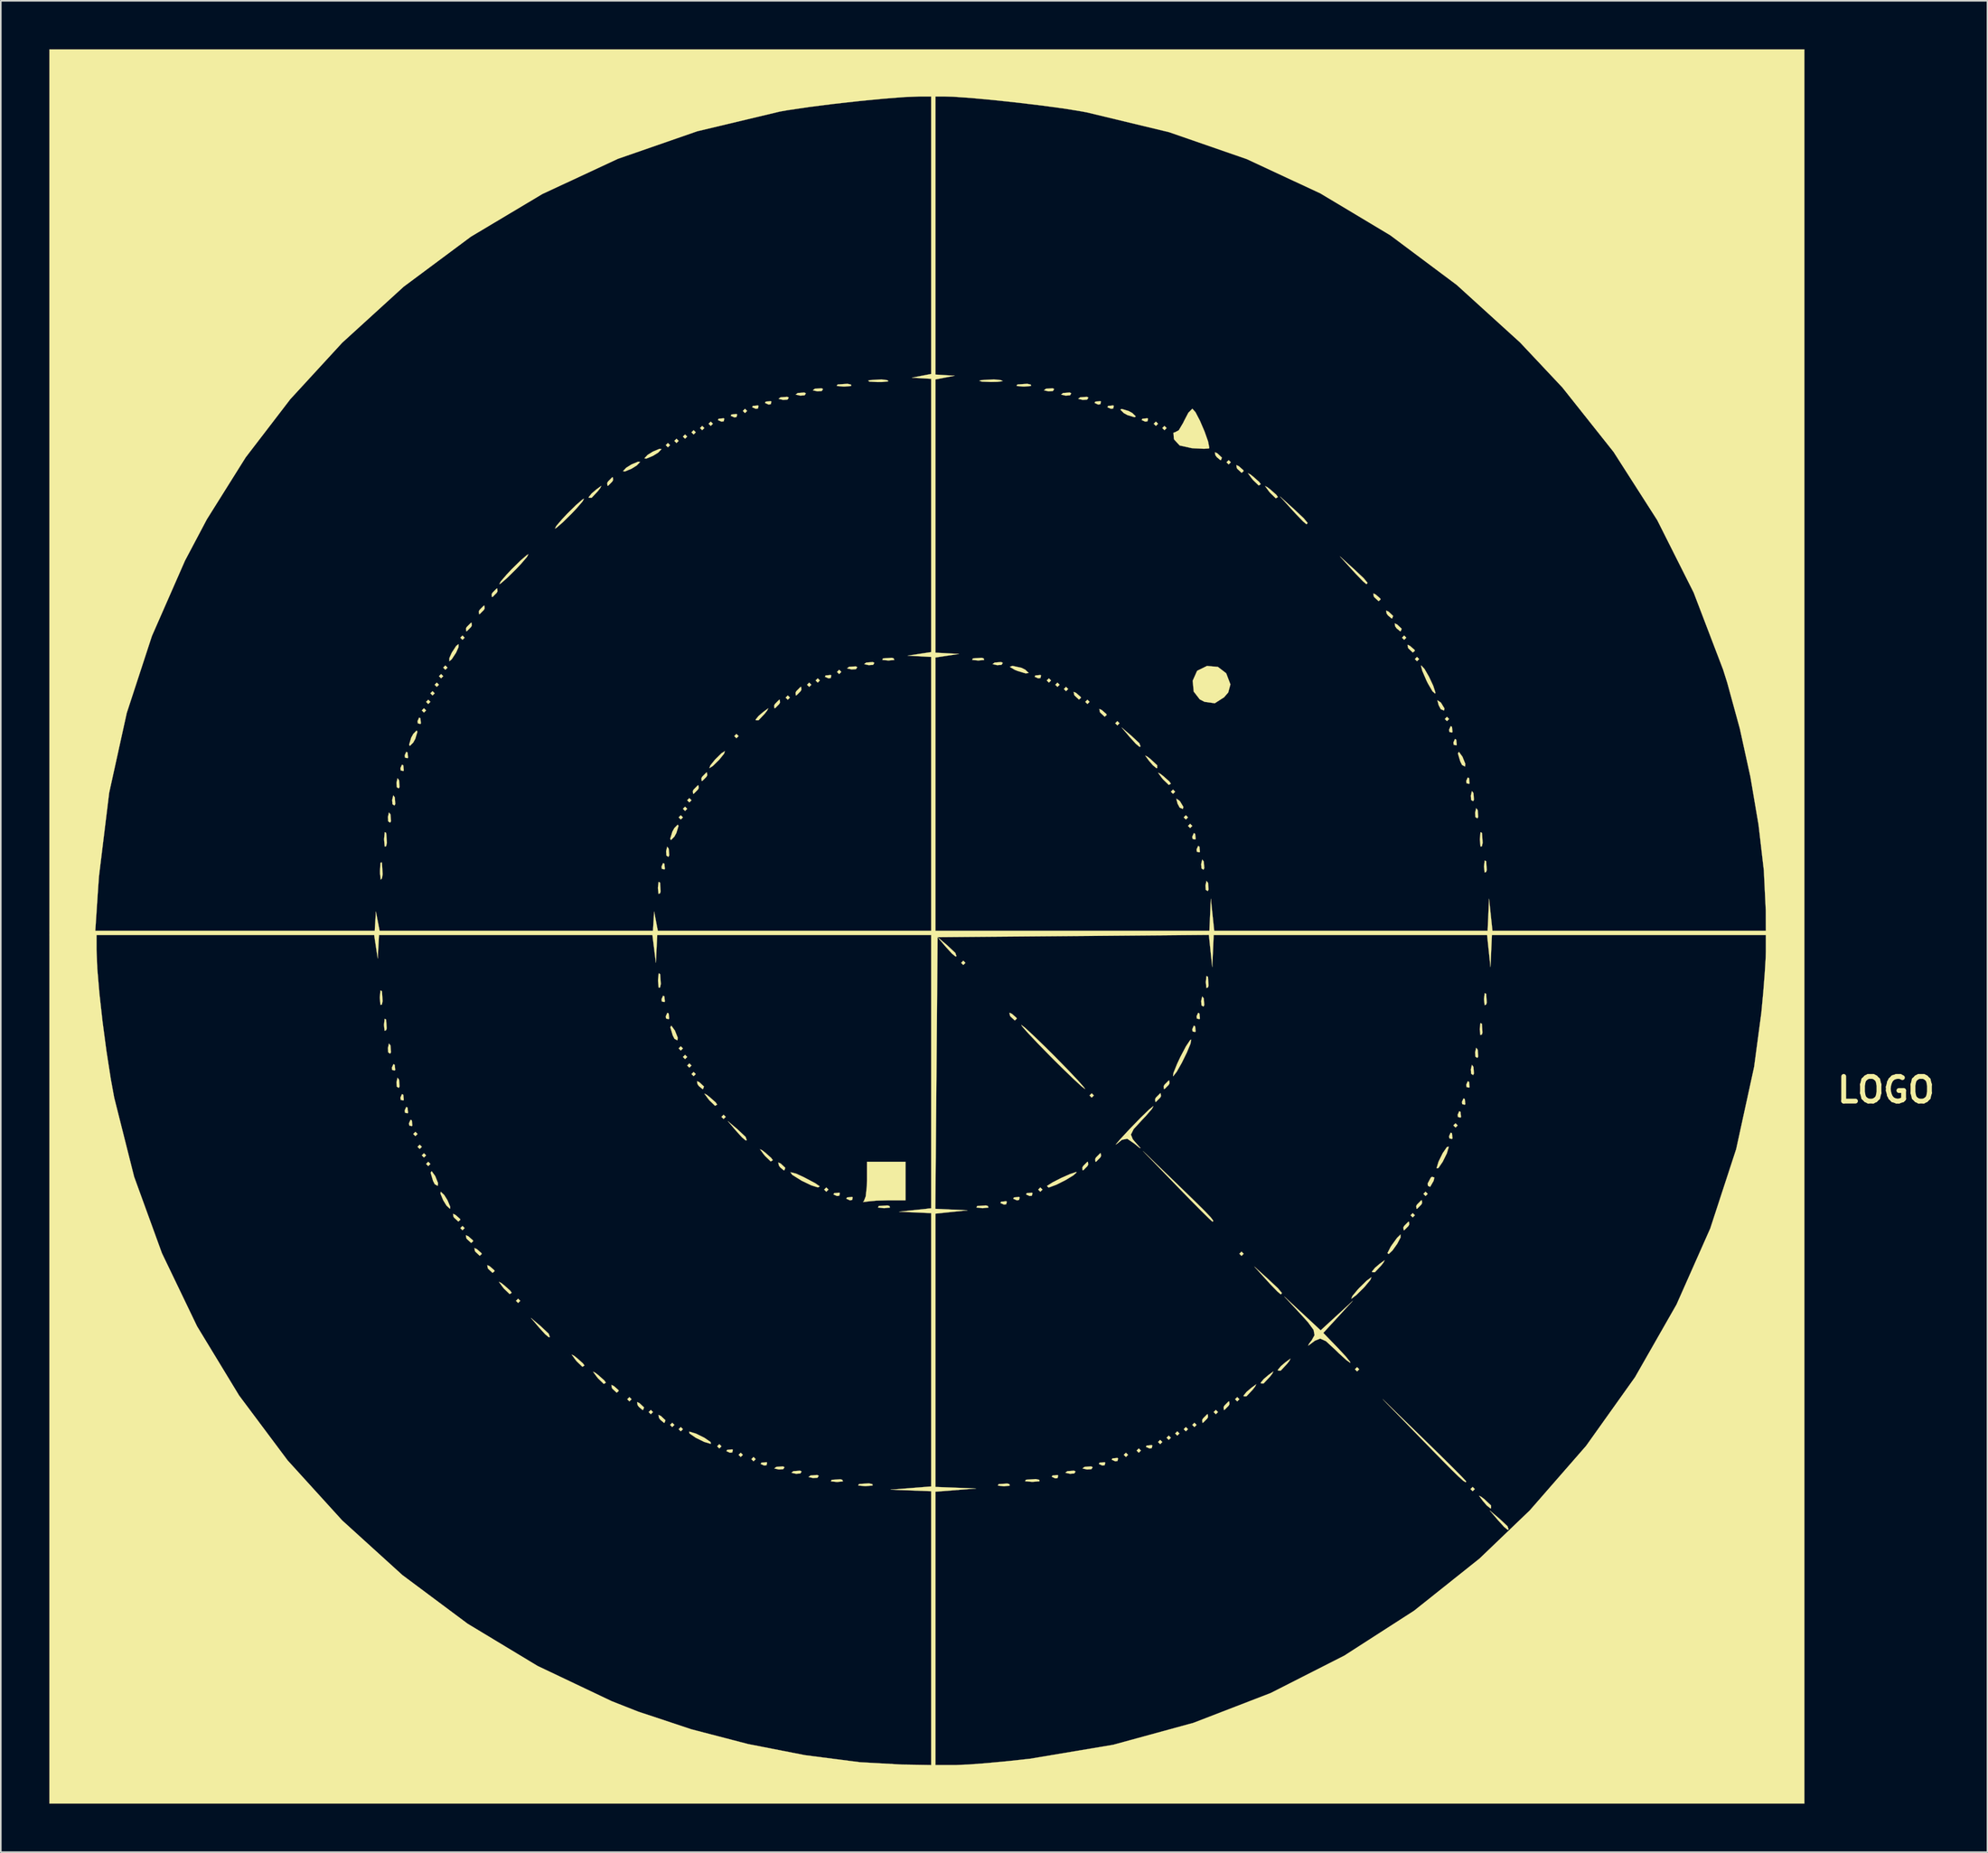
<source format=kicad_pcb>
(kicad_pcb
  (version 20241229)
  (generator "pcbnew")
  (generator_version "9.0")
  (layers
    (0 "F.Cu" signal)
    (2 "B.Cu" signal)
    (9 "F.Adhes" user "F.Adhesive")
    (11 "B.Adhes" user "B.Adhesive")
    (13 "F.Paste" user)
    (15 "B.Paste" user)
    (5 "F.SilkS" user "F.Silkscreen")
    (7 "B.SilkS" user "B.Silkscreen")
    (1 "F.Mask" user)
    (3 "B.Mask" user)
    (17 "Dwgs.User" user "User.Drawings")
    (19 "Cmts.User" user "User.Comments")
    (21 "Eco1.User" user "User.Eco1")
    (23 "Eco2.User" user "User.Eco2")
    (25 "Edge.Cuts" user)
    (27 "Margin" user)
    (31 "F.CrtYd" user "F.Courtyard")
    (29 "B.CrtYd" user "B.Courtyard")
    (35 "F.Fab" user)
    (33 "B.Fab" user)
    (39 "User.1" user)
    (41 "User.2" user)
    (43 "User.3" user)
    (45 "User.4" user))
  (footprint "LOGO"
    (layer "F.Cu")
    (at 54.245 54.245)
    (property "Reference" "LOGO" (at 59.284 10.109 0) (layer "F.SilkS") (effects (font (size 1.524 1.524) (thickness 0.3))))
    (attr through_hole)
    (fp_poly (pts (xy -31.485 12.832) (xy -31.618 12.965) (xy -31.75 12.832) (xy -31.618 12.7) (xy -31.485 12.832)) (stroke (width 0.01) (type solid)) (fill yes) (layer "F.SilkS"))
    (fp_poly (pts (xy -31.221 13.626) (xy -31.353 13.758) (xy -31.485 13.626) (xy -31.353 13.494) (xy -31.221 13.626)) (stroke (width 0.01) (type solid)) (fill yes) (layer "F.SilkS"))
    (fp_poly (pts (xy -30.956 -13.361) (xy -31.089 -13.229) (xy -31.221 -13.361) (xy -31.089 -13.494) (xy -30.956 -13.361)) (stroke (width 0.01) (type solid)) (fill yes) (layer "F.SilkS"))
    (fp_poly (pts (xy -30.956 14.155) (xy -31.089 14.287) (xy -31.221 14.155) (xy -31.089 14.023) (xy -30.956 14.155)) (stroke (width 0.01) (type solid)) (fill yes) (layer "F.SilkS"))
    (fp_poly (pts (xy -30.692 -13.891) (xy -30.824 -13.758) (xy -30.956 -13.891) (xy -30.824 -14.023) (xy -30.692 -13.891)) (stroke (width 0.01) (type solid)) (fill yes) (layer "F.SilkS"))
    (fp_poly (pts (xy -30.692 14.684) (xy -30.824 14.817) (xy -30.956 14.684) (xy -30.824 14.552) (xy -30.692 14.684)) (stroke (width 0.01) (type solid)) (fill yes) (layer "F.SilkS"))
    (fp_poly (pts (xy -30.427 -14.42) (xy -30.559 -14.287) (xy -30.692 -14.42) (xy -30.559 -14.552) (xy -30.427 -14.42)) (stroke (width 0.01) (type solid)) (fill yes) (layer "F.SilkS"))
    (fp_poly (pts (xy -30.163 -14.949) (xy -30.295 -14.817) (xy -30.427 -14.949) (xy -30.295 -15.081) (xy -30.163 -14.949)) (stroke (width 0.01) (type solid)) (fill yes) (layer "F.SilkS"))
    (fp_poly (pts (xy -29.898 -15.478) (xy -30.03 -15.346) (xy -30.163 -15.478) (xy -30.03 -15.61) (xy -29.898 -15.478)) (stroke (width 0.01) (type solid)) (fill yes) (layer "F.SilkS"))
    (fp_poly (pts (xy -29.633 -16.007) (xy -29.766 -15.875) (xy -29.898 -16.007) (xy -29.766 -16.14) (xy -29.633 -16.007)) (stroke (width 0.01) (type solid)) (fill yes) (layer "F.SilkS"))
    (fp_poly (pts (xy -28.575 -17.859) (xy -28.707 -17.727) (xy -28.84 -17.859) (xy -28.707 -17.992) (xy -28.575 -17.859)) (stroke (width 0.01) (type solid)) (fill yes) (layer "F.SilkS"))
    (fp_poly (pts (xy -28.575 18.653) (xy -28.707 18.785) (xy -28.84 18.653) (xy -28.707 18.521) (xy -28.575 18.653)) (stroke (width 0.01) (type solid)) (fill yes) (layer "F.SilkS"))
    (fp_poly (pts (xy -25.135 23.151) (xy -25.268 23.283) (xy -25.4 23.151) (xy -25.268 23.019) (xy -25.135 23.151)) (stroke (width 0.01) (type solid)) (fill yes) (layer "F.SilkS"))
    (fp_poly (pts (xy -18.256 29.236) (xy -18.389 29.369) (xy -18.521 29.236) (xy -18.389 29.104) (xy -18.256 29.236)) (stroke (width 0.01) (type solid)) (fill yes) (layer "F.SilkS"))
    (fp_poly (pts (xy -16.933 30.03) (xy -17.066 30.163) (xy -17.198 30.03) (xy -17.066 29.898) (xy -16.933 30.03)) (stroke (width 0.01) (type solid)) (fill yes) (layer "F.SilkS"))
    (fp_poly (pts (xy -15.875 -29.766) (xy -16.007 -29.633) (xy -16.14 -29.766) (xy -16.007 -29.898) (xy -15.875 -29.766)) (stroke (width 0.01) (type solid)) (fill yes) (layer "F.SilkS"))
    (fp_poly (pts (xy -15.61 30.824) (xy -15.743 30.956) (xy -15.875 30.824) (xy -15.743 30.692) (xy -15.61 30.824)) (stroke (width 0.01) (type solid)) (fill yes) (layer "F.SilkS"))
    (fp_poly (pts (xy -15.346 -30.03) (xy -15.478 -29.898) (xy -15.61 -30.03) (xy -15.478 -30.163) (xy -15.346 -30.03)) (stroke (width 0.01) (type solid)) (fill yes) (layer "F.SilkS"))
    (fp_poly (pts (xy -15.081 -6.747) (xy -15.214 -6.615) (xy -15.346 -6.747) (xy -15.214 -6.879) (xy -15.081 -6.747)) (stroke (width 0.01) (type solid)) (fill yes) (layer "F.SilkS"))
    (fp_poly (pts (xy -15.081 7.541) (xy -15.214 7.673) (xy -15.346 7.541) (xy -15.214 7.408) (xy -15.081 7.541)) (stroke (width 0.01) (type solid)) (fill yes) (layer "F.SilkS"))
    (fp_poly (pts (xy -15.081 31.089) (xy -15.214 31.221) (xy -15.346 31.089) (xy -15.214 30.956) (xy -15.081 31.089)) (stroke (width 0.01) (type solid)) (fill yes) (layer "F.SilkS"))
    (fp_poly (pts (xy -14.817 -30.295) (xy -14.949 -30.163) (xy -15.081 -30.295) (xy -14.949 -30.427) (xy -14.817 -30.295)) (stroke (width 0.01) (type solid)) (fill yes) (layer "F.SilkS"))
    (fp_poly (pts (xy -14.817 -7.276) (xy -14.949 -7.144) (xy -15.081 -7.276) (xy -14.949 -7.408) (xy -14.817 -7.276)) (stroke (width 0.01) (type solid)) (fill yes) (layer "F.SilkS"))
    (fp_poly (pts (xy -14.817 8.07) (xy -14.949 8.202) (xy -15.081 8.07) (xy -14.949 7.938) (xy -14.817 8.07)) (stroke (width 0.01) (type solid)) (fill yes) (layer "F.SilkS"))
    (fp_poly (pts (xy -14.552 -7.805) (xy -14.684 -7.673) (xy -14.817 -7.805) (xy -14.684 -7.938) (xy -14.552 -7.805)) (stroke (width 0.01) (type solid)) (fill yes) (layer "F.SilkS"))
    (fp_poly (pts (xy -14.552 8.599) (xy -14.684 8.731) (xy -14.817 8.599) (xy -14.684 8.467) (xy -14.552 8.599)) (stroke (width 0.01) (type solid)) (fill yes) (layer "F.SilkS"))
    (fp_poly (pts (xy -14.287 -30.559) (xy -14.42 -30.427) (xy -14.552 -30.559) (xy -14.42 -30.692) (xy -14.287 -30.559)) (stroke (width 0.01) (type solid)) (fill yes) (layer "F.SilkS"))
    (fp_poly (pts (xy -14.287 9.128) (xy -14.42 9.26) (xy -14.552 9.128) (xy -14.42 8.996) (xy -14.287 9.128)) (stroke (width 0.01) (type solid)) (fill yes) (layer "F.SilkS"))
    (fp_poly (pts (xy -13.758 -30.824) (xy -13.891 -30.692) (xy -14.023 -30.824) (xy -13.891 -30.956) (xy -13.758 -30.824)) (stroke (width 0.01) (type solid)) (fill yes) (layer "F.SilkS"))
    (fp_poly (pts (xy -13.229 -31.089) (xy -13.361 -30.956) (xy -13.494 -31.089) (xy -13.361 -31.221) (xy -13.229 -31.089)) (stroke (width 0.01) (type solid)) (fill yes) (layer "F.SilkS"))
    (fp_poly (pts (xy -12.7 32.147) (xy -12.832 32.279) (xy -12.965 32.147) (xy -12.832 32.015) (xy -12.7 32.147)) (stroke (width 0.01) (type solid)) (fill yes) (layer "F.SilkS"))
    (fp_poly (pts (xy -12.435 11.774) (xy -12.568 11.906) (xy -12.7 11.774) (xy -12.568 11.642) (xy -12.435 11.774)) (stroke (width 0.01) (type solid)) (fill yes) (layer "F.SilkS"))
    (fp_poly (pts (xy -11.642 -11.774) (xy -11.774 -11.642) (xy -11.906 -11.774) (xy -11.774 -11.906) (xy -11.642 -11.774)) (stroke (width 0.01) (type solid)) (fill yes) (layer "F.SilkS"))
    (fp_poly (pts (xy -11.377 32.676) (xy -11.509 32.808) (xy -11.642 32.676) (xy -11.509 32.544) (xy -11.377 32.676)) (stroke (width 0.01) (type solid)) (fill yes) (layer "F.SilkS"))
    (fp_poly (pts (xy -11.113 -31.882) (xy -11.245 -31.75) (xy -11.377 -31.882) (xy -11.245 -32.015) (xy -11.113 -31.882)) (stroke (width 0.01) (type solid)) (fill yes) (layer "F.SilkS"))
    (fp_poly (pts (xy -10.583 32.941) (xy -10.716 33.073) (xy -10.848 32.941) (xy -10.716 32.808) (xy -10.583 32.941)) (stroke (width 0.01) (type solid)) (fill yes) (layer "F.SilkS"))
    (fp_poly (pts (xy -8.467 -14.155) (xy -8.599 -14.023) (xy -8.731 -14.155) (xy -8.599 -14.287) (xy -8.467 -14.155)) (stroke (width 0.01) (type solid)) (fill yes) (layer "F.SilkS"))
    (fp_poly (pts (xy -7.144 -14.949) (xy -7.276 -14.817) (xy -7.408 -14.949) (xy -7.276 -15.081) (xy -7.144 -14.949)) (stroke (width 0.01) (type solid)) (fill yes) (layer "F.SilkS"))
    (fp_poly (pts (xy -6.615 -15.214) (xy -6.747 -15.081) (xy -6.879 -15.214) (xy -6.747 -15.346) (xy -6.615 -15.214)) (stroke (width 0.01) (type solid)) (fill yes) (layer "F.SilkS"))
    (fp_poly (pts (xy -6.085 16.272) (xy -6.218 16.404) (xy -6.35 16.272) (xy -6.218 16.14) (xy -6.085 16.272)) (stroke (width 0.01) (type solid)) (fill yes) (layer "F.SilkS"))
    (fp_poly (pts (xy -5.292 -15.743) (xy -5.424 -15.61) (xy -5.556 -15.743) (xy -5.424 -15.875) (xy -5.292 -15.743)) (stroke (width 0.01) (type solid)) (fill yes) (layer "F.SilkS"))
    (fp_poly (pts (xy 2.381 2.249) (xy 2.249 2.381) (xy 2.117 2.249) (xy 2.249 2.117) (xy 2.381 2.249)) (stroke (width 0.01) (type solid)) (fill yes) (layer "F.SilkS"))
    (fp_poly (pts (xy 7.144 16.272) (xy 7.011 16.404) (xy 6.879 16.272) (xy 7.011 16.14) (xy 7.144 16.272)) (stroke (width 0.01) (type solid)) (fill yes) (layer "F.SilkS"))
    (fp_poly (pts (xy 7.673 -15.214) (xy 7.541 -15.081) (xy 7.408 -15.214) (xy 7.541 -15.346) (xy 7.673 -15.214)) (stroke (width 0.01) (type solid)) (fill yes) (layer "F.SilkS"))
    (fp_poly (pts (xy 8.202 -14.949) (xy 8.07 -14.817) (xy 7.938 -14.949) (xy 8.07 -15.081) (xy 8.202 -14.949)) (stroke (width 0.01) (type solid)) (fill yes) (layer "F.SilkS"))
    (fp_poly (pts (xy 8.731 -14.684) (xy 8.599 -14.552) (xy 8.467 -14.684) (xy 8.599 -14.817) (xy 8.731 -14.684)) (stroke (width 0.01) (type solid)) (fill yes) (layer "F.SilkS"))
    (fp_poly (pts (xy 10.054 -13.891) (xy 9.922 -13.758) (xy 9.79 -13.891) (xy 9.922 -14.023) (xy 10.054 -13.891)) (stroke (width 0.01) (type solid)) (fill yes) (layer "F.SilkS"))
    (fp_poly (pts (xy 10.319 10.451) (xy 10.186 10.583) (xy 10.054 10.451) (xy 10.186 10.319) (xy 10.319 10.451)) (stroke (width 0.01) (type solid)) (fill yes) (layer "F.SilkS"))
    (fp_poly (pts (xy 11.906 -12.568) (xy 11.774 -12.435) (xy 11.642 -12.568) (xy 11.774 -12.7) (xy 11.906 -12.568)) (stroke (width 0.01) (type solid)) (fill yes) (layer "F.SilkS"))
    (fp_poly (pts (xy 12.435 32.676) (xy 12.303 32.808) (xy 12.171 32.676) (xy 12.303 32.544) (xy 12.435 32.676)) (stroke (width 0.01) (type solid)) (fill yes) (layer "F.SilkS"))
    (fp_poly (pts (xy 13.229 32.411) (xy 13.097 32.544) (xy 12.965 32.411) (xy 13.097 32.279) (xy 13.229 32.411)) (stroke (width 0.01) (type solid)) (fill yes) (layer "F.SilkS"))
    (fp_poly (pts (xy 14.287 -31.089) (xy 14.155 -30.956) (xy 14.023 -31.089) (xy 14.155 -31.221) (xy 14.287 -31.089)) (stroke (width 0.01) (type solid)) (fill yes) (layer "F.SilkS"))
    (fp_poly (pts (xy 14.552 31.882) (xy 14.42 32.015) (xy 14.287 31.882) (xy 14.42 31.75) (xy 14.552 31.882)) (stroke (width 0.01) (type solid)) (fill yes) (layer "F.SilkS"))
    (fp_poly (pts (xy 14.817 -30.824) (xy 14.684 -30.692) (xy 14.552 -30.824) (xy 14.684 -30.956) (xy 14.817 -30.824)) (stroke (width 0.01) (type solid)) (fill yes) (layer "F.SilkS"))
    (fp_poly (pts (xy 15.081 31.618) (xy 14.949 31.75) (xy 14.817 31.618) (xy 14.949 31.485) (xy 15.081 31.618)) (stroke (width 0.01) (type solid)) (fill yes) (layer "F.SilkS"))
    (fp_poly (pts (xy 15.346 -8.334) (xy 15.214 -8.202) (xy 15.081 -8.334) (xy 15.214 -8.467) (xy 15.346 -8.334)) (stroke (width 0.01) (type solid)) (fill yes) (layer "F.SilkS"))
    (fp_poly (pts (xy 15.61 31.353) (xy 15.478 31.485) (xy 15.346 31.353) (xy 15.478 31.221) (xy 15.61 31.353)) (stroke (width 0.01) (type solid)) (fill yes) (layer "F.SilkS"))
    (fp_poly (pts (xy 16.14 -6.747) (xy 16.007 -6.615) (xy 15.875 -6.747) (xy 16.007 -6.879) (xy 16.14 -6.747)) (stroke (width 0.01) (type solid)) (fill yes) (layer "F.SilkS"))
    (fp_poly (pts (xy 16.14 31.089) (xy 16.007 31.221) (xy 15.875 31.089) (xy 16.007 30.956) (xy 16.14 31.089)) (stroke (width 0.01) (type solid)) (fill yes) (layer "F.SilkS"))
    (fp_poly (pts (xy 16.404 -6.218) (xy 16.272 -6.085) (xy 16.14 -6.218) (xy 16.272 -6.35) (xy 16.404 -6.218)) (stroke (width 0.01) (type solid)) (fill yes) (layer "F.SilkS"))
    (fp_poly (pts (xy 16.669 30.824) (xy 16.536 30.956) (xy 16.404 30.824) (xy 16.536 30.692) (xy 16.669 30.824)) (stroke (width 0.01) (type solid)) (fill yes) (layer "F.SilkS"))
    (fp_poly (pts (xy 17.992 30.03) (xy 17.859 30.163) (xy 17.727 30.03) (xy 17.859 29.898) (xy 17.992 30.03)) (stroke (width 0.01) (type solid)) (fill yes) (layer "F.SilkS"))
    (fp_poly (pts (xy 18.785 -28.707) (xy 18.653 -28.575) (xy 18.521 -28.707) (xy 18.653 -28.84) (xy 18.785 -28.707)) (stroke (width 0.01) (type solid)) (fill yes) (layer "F.SilkS"))
    (fp_poly (pts (xy 19.315 29.236) (xy 19.182 29.369) (xy 19.05 29.236) (xy 19.182 29.104) (xy 19.315 29.236)) (stroke (width 0.01) (type solid)) (fill yes) (layer "F.SilkS"))
    (fp_poly (pts (xy 19.579 20.241) (xy 19.447 20.373) (xy 19.315 20.241) (xy 19.447 20.108) (xy 19.579 20.241)) (stroke (width 0.01) (type solid)) (fill yes) (layer "F.SilkS"))
    (fp_poly (pts (xy 26.723 27.384) (xy 26.591 27.517) (xy 26.458 27.384) (xy 26.591 27.252) (xy 26.723 27.384)) (stroke (width 0.01) (type solid)) (fill yes) (layer "F.SilkS"))
    (fp_poly (pts (xy 29.633 -17.859) (xy 29.501 -17.727) (xy 29.369 -17.859) (xy 29.501 -17.992) (xy 29.633 -17.859)) (stroke (width 0.01) (type solid)) (fill yes) (layer "F.SilkS"))
    (fp_poly (pts (xy 30.163 17.859) (xy 30.03 17.992) (xy 29.898 17.859) (xy 30.03 17.727) (xy 30.163 17.859)) (stroke (width 0.01) (type solid)) (fill yes) (layer "F.SilkS"))
    (fp_poly (pts (xy 30.427 -16.536) (xy 30.295 -16.404) (xy 30.163 -16.536) (xy 30.295 -16.669) (xy 30.427 -16.536)) (stroke (width 0.01) (type solid)) (fill yes) (layer "F.SilkS"))
    (fp_poly (pts (xy 30.956 16.536) (xy 30.824 16.669) (xy 30.692 16.536) (xy 30.824 16.404) (xy 30.956 16.536)) (stroke (width 0.01) (type solid)) (fill yes) (layer "F.SilkS"))
    (fp_poly (pts (xy 32.279 -12.832) (xy 32.147 -12.7) (xy 32.015 -12.832) (xy 32.147 -12.965) (xy 32.279 -12.832)) (stroke (width 0.01) (type solid)) (fill yes) (layer "F.SilkS"))
    (fp_poly (pts (xy 32.808 12.303) (xy 32.676 12.435) (xy 32.544 12.303) (xy 32.676 12.171) (xy 32.808 12.303)) (stroke (width 0.01) (type solid)) (fill yes) (layer "F.SilkS"))
    (fp_poly (pts (xy 33.867 34.793) (xy 33.734 34.925) (xy 33.602 34.793) (xy 33.734 34.66) (xy 33.867 34.793)) (stroke (width 0.01) (type solid)) (fill yes) (layer "F.SilkS"))
    (fp_poly (pts (xy -33.427 5.755) (xy -33.392 6.296) (xy -33.427 6.416) (xy -33.523 6.449) (xy -33.56 6.085) (xy -33.519 5.71) (xy -33.427 5.755)) (stroke (width 0.01) (type solid)) (fill yes) (layer "F.SilkS"))
    (fp_poly (pts (xy -33.157 -6.929) (xy -33.125 -6.515) (xy -33.178 -6.422) (xy -33.298 -6.501) (xy -33.317 -6.769) (xy -33.252 -7.051) (xy -33.157 -6.929)) (stroke (width 0.01) (type solid)) (fill yes) (layer "F.SilkS"))
    (fp_poly (pts (xy -33.157 7.359) (xy -33.125 7.772) (xy -33.178 7.866) (xy -33.298 7.787) (xy -33.317 7.519) (xy -33.252 7.236) (xy -33.157 7.359)) (stroke (width 0.01) (type solid)) (fill yes) (layer "F.SilkS"))
    (fp_poly (pts (xy -32.897 8.555) (xy -32.865 8.869) (xy -32.897 8.908) (xy -33.054 8.871) (xy -33.073 8.731) (xy -32.976 8.513) (xy -32.897 8.555)) (stroke (width 0.01) (type solid)) (fill yes) (layer "F.SilkS"))
    (fp_poly (pts (xy -32.892 -7.987) (xy -32.861 -7.574) (xy -32.913 -7.48) (xy -33.033 -7.559) (xy -33.052 -7.827) (xy -32.987 -8.11) (xy -32.892 -7.987)) (stroke (width 0.01) (type solid)) (fill yes) (layer "F.SilkS"))
    (fp_poly (pts (xy -32.628 -9.045) (xy -32.596 -8.632) (xy -32.648 -8.538) (xy -32.769 -8.617) (xy -32.787 -8.886) (xy -32.723 -9.168) (xy -32.628 -9.045)) (stroke (width 0.01) (type solid)) (fill yes) (layer "F.SilkS"))
    (fp_poly (pts (xy -32.628 9.475) (xy -32.596 9.889) (xy -32.648 9.983) (xy -32.769 9.904) (xy -32.787 9.635) (xy -32.723 9.353) (xy -32.628 9.475)) (stroke (width 0.01) (type solid)) (fill yes) (layer "F.SilkS"))
    (fp_poly (pts (xy -32.367 -9.966) (xy -32.336 -9.652) (xy -32.367 -9.613) (xy -32.525 -9.65) (xy -32.544 -9.79) (xy -32.447 -10.007) (xy -32.367 -9.966)) (stroke (width 0.01) (type solid)) (fill yes) (layer "F.SilkS"))
    (fp_poly (pts (xy -32.367 10.407) (xy -32.336 10.721) (xy -32.367 10.76) (xy -32.525 10.723) (xy -32.544 10.583) (xy -32.447 10.366) (xy -32.367 10.407)) (stroke (width 0.01) (type solid)) (fill yes) (layer "F.SilkS"))
    (fp_poly (pts (xy -32.103 -10.76) (xy -32.071 -10.446) (xy -32.103 -10.407) (xy -32.26 -10.443) (xy -32.279 -10.583) (xy -32.182 -10.801) (xy -32.103 -10.76)) (stroke (width 0.01) (type solid)) (fill yes) (layer "F.SilkS"))
    (fp_poly (pts (xy -32.103 11.201) (xy -32.071 11.515) (xy -32.103 11.553) (xy -32.26 11.517) (xy -32.279 11.377) (xy -32.182 11.159) (xy -32.103 11.201)) (stroke (width 0.01) (type solid)) (fill yes) (layer "F.SilkS"))
    (fp_poly (pts (xy -31.838 11.994) (xy -31.807 12.308) (xy -31.838 12.347) (xy -31.995 12.311) (xy -32.015 12.171) (xy -31.918 11.953) (xy -31.838 11.994)) (stroke (width 0.01) (type solid)) (fill yes) (layer "F.SilkS"))
    (fp_poly (pts (xy -31.309 -12.876) (xy -31.277 -12.562) (xy -31.309 -12.524) (xy -31.466 -12.56) (xy -31.485 -12.7) (xy -31.389 -12.918) (xy -31.309 -12.876)) (stroke (width 0.01) (type solid)) (fill yes) (layer "F.SilkS"))
    (fp_poly (pts (xy -16.494 -2.712) (xy -16.459 -2.17) (xy -16.494 -2.051) (xy -16.59 -2.017) (xy -16.627 -2.381) (xy -16.585 -2.757) (xy -16.494 -2.712)) (stroke (width 0.01) (type solid)) (fill yes) (layer "F.SilkS"))
    (fp_poly (pts (xy -16.228 -3.881) (xy -16.196 -3.567) (xy -16.228 -3.528) (xy -16.385 -3.564) (xy -16.404 -3.704) (xy -16.307 -3.922) (xy -16.228 -3.881)) (stroke (width 0.01) (type solid)) (fill yes) (layer "F.SilkS"))
    (fp_poly (pts (xy -16.228 4.322) (xy -16.196 4.636) (xy -16.228 4.674) (xy -16.385 4.638) (xy -16.404 4.498) (xy -16.307 4.28) (xy -16.228 4.322)) (stroke (width 0.01) (type solid)) (fill yes) (layer "F.SilkS"))
    (fp_poly (pts (xy -15.963 5.38) (xy -15.932 5.694) (xy -15.963 5.733) (xy -16.12 5.696) (xy -16.14 5.556) (xy -16.043 5.338) (xy -15.963 5.38)) (stroke (width 0.01) (type solid)) (fill yes) (layer "F.SilkS"))
    (fp_poly (pts (xy -15.959 -4.812) (xy -15.927 -4.399) (xy -15.98 -4.305) (xy -16.1 -4.384) (xy -16.119 -4.652) (xy -16.054 -4.935) (xy -15.959 -4.812)) (stroke (width 0.01) (type solid)) (fill yes) (layer "F.SilkS"))
    (fp_poly (pts (xy -12.524 -31.397) (xy -12.56 -31.24) (xy -12.7 -31.221) (xy -12.918 -31.318) (xy -12.876 -31.397) (xy -12.562 -31.429) (xy -12.524 -31.397)) (stroke (width 0.01) (type solid)) (fill yes) (layer "F.SilkS"))
    (fp_poly (pts (xy -11.994 32.367) (xy -12.031 32.525) (xy -12.171 32.544) (xy -12.389 32.447) (xy -12.347 32.367) (xy -12.033 32.336) (xy -11.994 32.367)) (stroke (width 0.01) (type solid)) (fill yes) (layer "F.SilkS"))
    (fp_poly (pts (xy -11.73 -31.662) (xy -11.766 -31.505) (xy -11.906 -31.485) (xy -12.124 -31.582) (xy -12.083 -31.662) (xy -11.769 -31.693) (xy -11.73 -31.662)) (stroke (width 0.01) (type solid)) (fill yes) (layer "F.SilkS"))
    (fp_poly (pts (xy -10.407 -32.191) (xy -10.443 -32.034) (xy -10.583 -32.015) (xy -10.801 -32.111) (xy -10.76 -32.191) (xy -10.446 -32.223) (xy -10.407 -32.191)) (stroke (width 0.01) (type solid)) (fill yes) (layer "F.SilkS"))
    (fp_poly (pts (xy -9.878 33.161) (xy -9.914 33.318) (xy -10.054 33.337) (xy -10.272 33.241) (xy -10.231 33.161) (xy -9.917 33.129) (xy -9.878 33.161)) (stroke (width 0.01) (type solid)) (fill yes) (layer "F.SilkS"))
    (fp_poly (pts (xy -9.613 -32.456) (xy -9.65 -32.298) (xy -9.79 -32.279) (xy -10.007 -32.376) (xy -9.966 -32.456) (xy -9.652 -32.487) (xy -9.613 -32.456)) (stroke (width 0.01) (type solid)) (fill yes) (layer "F.SilkS"))
    (fp_poly (pts (xy -8.803 33.442) (xy -8.882 33.562) (xy -9.15 33.581) (xy -9.432 33.517) (xy -9.31 33.421) (xy -8.897 33.39) (xy -8.803 33.442)) (stroke (width 0.01) (type solid)) (fill yes) (layer "F.SilkS"))
    (fp_poly (pts (xy -8.538 -32.704) (xy -8.617 -32.583) (xy -8.886 -32.565) (xy -9.168 -32.629) (xy -9.045 -32.724) (xy -8.632 -32.756) (xy -8.538 -32.704)) (stroke (width 0.01) (type solid)) (fill yes) (layer "F.SilkS"))
    (fp_poly (pts (xy -7.745 33.707) (xy -7.823 33.827) (xy -8.092 33.846) (xy -8.374 33.781) (xy -8.252 33.686) (xy -7.838 33.654) (xy -7.745 33.707)) (stroke (width 0.01) (type solid)) (fill yes) (layer "F.SilkS"))
    (fp_poly (pts (xy -7.48 -32.968) (xy -7.559 -32.848) (xy -7.827 -32.829) (xy -8.11 -32.894) (xy -7.987 -32.989) (xy -7.574 -33.021) (xy -7.48 -32.968)) (stroke (width 0.01) (type solid)) (fill yes) (layer "F.SilkS"))
    (fp_poly (pts (xy -6.686 33.971) (xy -6.765 34.092) (xy -7.034 34.11) (xy -7.316 34.046) (xy -7.193 33.951) (xy -6.78 33.919) (xy -6.686 33.971)) (stroke (width 0.01) (type solid)) (fill yes) (layer "F.SilkS"))
    (fp_poly (pts (xy -6.422 -33.233) (xy -6.501 -33.113) (xy -6.769 -33.094) (xy -7.051 -33.158) (xy -6.929 -33.254) (xy -6.515 -33.285) (xy -6.422 -33.233)) (stroke (width 0.01) (type solid)) (fill yes) (layer "F.SilkS"))
    (fp_poly (pts (xy -5.909 -15.522) (xy -5.945 -15.365) (xy -6.085 -15.346) (xy -6.303 -15.443) (xy -6.262 -15.522) (xy -5.948 -15.554) (xy -5.909 -15.522)) (stroke (width 0.01) (type solid)) (fill yes) (layer "F.SilkS"))
    (fp_poly (pts (xy -5.38 16.492) (xy -5.416 16.65) (xy -5.556 16.669) (xy -5.774 16.572) (xy -5.733 16.492) (xy -5.419 16.461) (xy -5.38 16.492)) (stroke (width 0.01) (type solid)) (fill yes) (layer "F.SilkS"))
    (fp_poly (pts (xy -5.226 34.221) (xy -5.192 34.317) (xy -5.556 34.354) (xy -5.932 34.312) (xy -5.887 34.221) (xy -5.345 34.186) (xy -5.226 34.221)) (stroke (width 0.01) (type solid)) (fill yes) (layer "F.SilkS"))
    (fp_poly (pts (xy -4.586 16.757) (xy -4.622 16.914) (xy -4.763 16.933) (xy -4.98 16.837) (xy -4.939 16.757) (xy -4.625 16.725) (xy -4.586 16.757)) (stroke (width 0.01) (type solid)) (fill yes) (layer "F.SilkS"))
    (fp_poly (pts (xy -4.305 -16.035) (xy -4.384 -15.915) (xy -4.652 -15.896) (xy -4.935 -15.961) (xy -4.812 -16.056) (xy -4.399 -16.087) (xy -4.305 -16.035)) (stroke (width 0.01) (type solid)) (fill yes) (layer "F.SilkS"))
    (fp_poly (pts (xy -3.247 -16.299) (xy -3.326 -16.179) (xy -3.594 -16.16) (xy -3.876 -16.225) (xy -3.754 -16.32) (xy -3.34 -16.352) (xy -3.247 -16.299)) (stroke (width 0.01) (type solid)) (fill yes) (layer "F.SilkS"))
    (fp_poly (pts (xy -2.315 17.287) (xy -2.282 17.384) (xy -2.646 17.421) (xy -3.021 17.379) (xy -2.977 17.287) (xy -2.435 17.252) (xy -2.315 17.287)) (stroke (width 0.01) (type solid)) (fill yes) (layer "F.SilkS"))
    (fp_poly (pts (xy -2.051 -16.579) (xy -2.017 -16.483) (xy -2.381 -16.446) (xy -2.757 -16.488) (xy -2.712 -16.579) (xy -2.17 -16.614) (xy -2.051 -16.579)) (stroke (width 0.01) (type solid)) (fill yes) (layer "F.SilkS"))
    (fp_poly (pts (xy 3.506 -16.579) (xy 3.539 -16.483) (xy 3.175 -16.446) (xy 2.799 -16.488) (xy 2.844 -16.579) (xy 3.386 -16.614) (xy 3.506 -16.579)) (stroke (width 0.01) (type solid)) (fill yes) (layer "F.SilkS"))
    (fp_poly (pts (xy 3.77 17.287) (xy 3.804 17.384) (xy 3.44 17.421) (xy 3.064 17.379) (xy 3.109 17.287) (xy 3.651 17.252) (xy 3.77 17.287)) (stroke (width 0.01) (type solid)) (fill yes) (layer "F.SilkS"))
    (fp_poly (pts (xy 4.691 -16.299) (xy 4.612 -16.179) (xy 4.344 -16.16) (xy 4.061 -16.225) (xy 4.184 -16.32) (xy 4.597 -16.352) (xy 4.691 -16.299)) (stroke (width 0.01) (type solid)) (fill yes) (layer "F.SilkS"))
    (fp_poly (pts (xy 4.939 17.022) (xy 4.903 17.179) (xy 4.763 17.198) (xy 4.545 17.101) (xy 4.586 17.022) (xy 4.9 16.99) (xy 4.939 17.022)) (stroke (width 0.01) (type solid)) (fill yes) (layer "F.SilkS"))
    (fp_poly (pts (xy 5.093 34.485) (xy 5.126 34.582) (xy 4.763 34.619) (xy 4.387 34.577) (xy 4.432 34.485) (xy 4.973 34.45) (xy 5.093 34.485)) (stroke (width 0.01) (type solid)) (fill yes) (layer "F.SilkS"))
    (fp_poly (pts (xy 5.733 16.757) (xy 5.696 16.914) (xy 5.556 16.933) (xy 5.338 16.837) (xy 5.38 16.757) (xy 5.694 16.725) (xy 5.733 16.757)) (stroke (width 0.01) (type solid)) (fill yes) (layer "F.SilkS"))
    (fp_poly (pts (xy 6.526 16.492) (xy 6.49 16.65) (xy 6.35 16.669) (xy 6.132 16.572) (xy 6.174 16.492) (xy 6.488 16.461) (xy 6.526 16.492)) (stroke (width 0.01) (type solid)) (fill yes) (layer "F.SilkS"))
    (fp_poly (pts (xy 7.056 -15.522) (xy 7.019 -15.365) (xy 6.879 -15.346) (xy 6.661 -15.443) (xy 6.703 -15.522) (xy 7.017 -15.554) (xy 7.056 -15.522)) (stroke (width 0.01) (type solid)) (fill yes) (layer "F.SilkS"))
    (fp_poly (pts (xy 7.866 -33.233) (xy 7.787 -33.113) (xy 7.519 -33.094) (xy 7.236 -33.158) (xy 7.359 -33.254) (xy 7.772 -33.285) (xy 7.866 -33.233)) (stroke (width 0.01) (type solid)) (fill yes) (layer "F.SilkS"))
    (fp_poly (pts (xy 8.114 33.955) (xy 8.078 34.112) (xy 7.938 34.131) (xy 7.72 34.034) (xy 7.761 33.955) (xy 8.075 33.923) (xy 8.114 33.955)) (stroke (width 0.01) (type solid)) (fill yes) (layer "F.SilkS"))
    (fp_poly (pts (xy 8.924 -32.968) (xy 8.845 -32.848) (xy 8.577 -32.829) (xy 8.295 -32.894) (xy 8.417 -32.989) (xy 8.831 -33.021) (xy 8.924 -32.968)) (stroke (width 0.01) (type solid)) (fill yes) (layer "F.SilkS"))
    (fp_poly (pts (xy 9.189 33.707) (xy 9.11 33.827) (xy 8.841 33.846) (xy 8.559 33.781) (xy 8.682 33.686) (xy 9.095 33.654) (xy 9.189 33.707)) (stroke (width 0.01) (type solid)) (fill yes) (layer "F.SilkS"))
    (fp_poly (pts (xy 9.983 -32.704) (xy 9.904 -32.583) (xy 9.635 -32.565) (xy 9.353 -32.629) (xy 9.475 -32.724) (xy 9.889 -32.756) (xy 9.983 -32.704)) (stroke (width 0.01) (type solid)) (fill yes) (layer "F.SilkS"))
    (fp_poly (pts (xy 10.247 33.442) (xy 10.168 33.562) (xy 9.9 33.581) (xy 9.618 33.517) (xy 9.74 33.421) (xy 10.153 33.39) (xy 10.247 33.442)) (stroke (width 0.01) (type solid)) (fill yes) (layer "F.SilkS"))
    (fp_poly (pts (xy 10.76 -32.456) (xy 10.723 -32.298) (xy 10.583 -32.279) (xy 10.366 -32.376) (xy 10.407 -32.456) (xy 10.721 -32.487) (xy 10.76 -32.456)) (stroke (width 0.01) (type solid)) (fill yes) (layer "F.SilkS"))
    (fp_poly (pts (xy 11.024 33.161) (xy 10.988 33.318) (xy 10.848 33.337) (xy 10.63 33.241) (xy 10.672 33.161) (xy 10.986 33.129) (xy 11.024 33.161)) (stroke (width 0.01) (type solid)) (fill yes) (layer "F.SilkS"))
    (fp_poly (pts (xy 11.553 -32.191) (xy 11.517 -32.034) (xy 11.377 -32.015) (xy 11.159 -32.111) (xy 11.201 -32.191) (xy 11.515 -32.223) (xy 11.553 -32.191)) (stroke (width 0.01) (type solid)) (fill yes) (layer "F.SilkS"))
    (fp_poly (pts (xy 11.818 32.897) (xy 11.782 33.054) (xy 11.642 33.073) (xy 11.424 32.976) (xy 11.465 32.897) (xy 11.779 32.865) (xy 11.818 32.897)) (stroke (width 0.01) (type solid)) (fill yes) (layer "F.SilkS"))
    (fp_poly (pts (xy 13.67 -31.397) (xy 13.634 -31.24) (xy 13.494 -31.221) (xy 13.276 -31.318) (xy 13.317 -31.397) (xy 13.631 -31.429) (xy 13.67 -31.397)) (stroke (width 0.01) (type solid)) (fill yes) (layer "F.SilkS"))
    (fp_poly (pts (xy 13.935 32.103) (xy 13.898 32.26) (xy 13.758 32.279) (xy 13.541 32.182) (xy 13.582 32.103) (xy 13.896 32.071) (xy 13.935 32.103)) (stroke (width 0.01) (type solid)) (fill yes) (layer "F.SilkS"))
    (fp_poly (pts (xy 16.581 -5.733) (xy 16.612 -5.419) (xy 16.581 -5.38) (xy 16.423 -5.416) (xy 16.404 -5.556) (xy 16.501 -5.774) (xy 16.581 -5.733)) (stroke (width 0.01) (type solid)) (fill yes) (layer "F.SilkS"))
    (fp_poly (pts (xy 16.581 6.174) (xy 16.612 6.488) (xy 16.581 6.526) (xy 16.423 6.49) (xy 16.404 6.35) (xy 16.501 6.132) (xy 16.581 6.174)) (stroke (width 0.01) (type solid)) (fill yes) (layer "F.SilkS"))
    (fp_poly (pts (xy 16.845 -4.939) (xy 16.877 -4.625) (xy 16.845 -4.586) (xy 16.688 -4.622) (xy 16.669 -4.763) (xy 16.766 -4.98) (xy 16.845 -4.939)) (stroke (width 0.01) (type solid)) (fill yes) (layer "F.SilkS"))
    (fp_poly (pts (xy 16.845 5.38) (xy 16.877 5.694) (xy 16.845 5.733) (xy 16.688 5.696) (xy 16.669 5.556) (xy 16.766 5.338) (xy 16.845 5.38)) (stroke (width 0.01) (type solid)) (fill yes) (layer "F.SilkS"))
    (fp_poly (pts (xy 17.114 -4.018) (xy 17.146 -3.605) (xy 17.093 -3.511) (xy 16.973 -3.59) (xy 16.954 -3.859) (xy 17.019 -4.141) (xy 17.114 -4.018)) (stroke (width 0.01) (type solid)) (fill yes) (layer "F.SilkS"))
    (fp_poly (pts (xy 17.114 4.448) (xy 17.146 4.862) (xy 17.093 4.955) (xy 16.973 4.877) (xy 16.954 4.608) (xy 17.019 4.326) (xy 17.114 4.448)) (stroke (width 0.01) (type solid)) (fill yes) (layer "F.SilkS"))
    (fp_poly (pts (xy 17.373 3.109) (xy 17.408 3.651) (xy 17.373 3.77) (xy 17.277 3.804) (xy 17.24 3.44) (xy 17.281 3.064) (xy 17.373 3.109)) (stroke (width 0.01) (type solid)) (fill yes) (layer "F.SilkS"))
    (fp_poly (pts (xy 17.379 -2.695) (xy 17.41 -2.282) (xy 17.358 -2.188) (xy 17.238 -2.267) (xy 17.219 -2.536) (xy 17.283 -2.818) (xy 17.379 -2.695)) (stroke (width 0.01) (type solid)) (fill yes) (layer "F.SilkS"))
    (fp_poly (pts (xy 32.456 -12.347) (xy 32.487 -12.033) (xy 32.456 -11.994) (xy 32.298 -12.031) (xy 32.279 -12.171) (xy 32.376 -12.389) (xy 32.456 -12.347)) (stroke (width 0.01) (type solid)) (fill yes) (layer "F.SilkS"))
    (fp_poly (pts (xy 32.456 12.788) (xy 32.487 13.102) (xy 32.456 13.141) (xy 32.298 13.105) (xy 32.279 12.965) (xy 32.376 12.747) (xy 32.456 12.788)) (stroke (width 0.01) (type solid)) (fill yes) (layer "F.SilkS"))
    (fp_poly (pts (xy 32.72 -11.553) (xy 32.752 -11.239) (xy 32.72 -11.201) (xy 32.563 -11.237) (xy 32.544 -11.377) (xy 32.641 -11.595) (xy 32.72 -11.553)) (stroke (width 0.01) (type solid)) (fill yes) (layer "F.SilkS"))
    (fp_poly (pts (xy 32.985 11.465) (xy 33.016 11.779) (xy 32.985 11.818) (xy 32.827 11.782) (xy 32.808 11.642) (xy 32.905 11.424) (xy 32.985 11.465)) (stroke (width 0.01) (type solid)) (fill yes) (layer "F.SilkS"))
    (fp_poly (pts (xy 33.249 10.672) (xy 33.281 10.986) (xy 33.249 11.024) (xy 33.092 10.988) (xy 33.073 10.848) (xy 33.17 10.63) (xy 33.249 10.672)) (stroke (width 0.01) (type solid)) (fill yes) (layer "F.SilkS"))
    (fp_poly (pts (xy 33.514 -9.172) (xy 33.546 -8.858) (xy 33.514 -8.819) (xy 33.357 -8.856) (xy 33.337 -8.996) (xy 33.434 -9.214) (xy 33.514 -9.172)) (stroke (width 0.01) (type solid)) (fill yes) (layer "F.SilkS"))
    (fp_poly (pts (xy 33.514 9.613) (xy 33.546 9.927) (xy 33.514 9.966) (xy 33.357 9.93) (xy 33.337 9.79) (xy 33.434 9.572) (xy 33.514 9.613)) (stroke (width 0.01) (type solid)) (fill yes) (layer "F.SilkS"))
    (fp_poly (pts (xy 33.783 -8.252) (xy 33.814 -7.838) (xy 33.762 -7.745) (xy 33.642 -7.823) (xy 33.623 -8.092) (xy 33.688 -8.374) (xy 33.783 -8.252)) (stroke (width 0.01) (type solid)) (fill yes) (layer "F.SilkS"))
    (fp_poly (pts (xy 33.783 8.682) (xy 33.814 9.095) (xy 33.762 9.189) (xy 33.642 9.11) (xy 33.623 8.841) (xy 33.688 8.559) (xy 33.783 8.682)) (stroke (width 0.01) (type solid)) (fill yes) (layer "F.SilkS"))
    (fp_poly (pts (xy 34.047 -7.193) (xy 34.079 -6.78) (xy 34.027 -6.686) (xy 33.906 -6.765) (xy 33.888 -7.034) (xy 33.952 -7.316) (xy 34.047 -7.193)) (stroke (width 0.01) (type solid)) (fill yes) (layer "F.SilkS"))
    (fp_poly (pts (xy 34.047 7.623) (xy 34.079 8.037) (xy 34.027 8.13) (xy 33.906 8.052) (xy 33.888 7.783) (xy 33.952 7.501) (xy 34.047 7.623)) (stroke (width 0.01) (type solid)) (fill yes) (layer "F.SilkS"))
    (fp_poly (pts (xy 34.306 6.019) (xy 34.341 6.561) (xy 34.306 6.681) (xy 34.21 6.714) (xy 34.173 6.35) (xy 34.215 5.974) (xy 34.306 6.019)) (stroke (width 0.01) (type solid)) (fill yes) (layer "F.SilkS"))
    (fp_poly (pts (xy 34.571 -4.035) (xy 34.606 -3.493) (xy 34.571 -3.373) (xy 34.474 -3.34) (xy 34.438 -3.704) (xy 34.479 -4.08) (xy 34.571 -4.035)) (stroke (width 0.01) (type solid)) (fill yes) (layer "F.SilkS"))
    (fp_poly (pts (xy 34.571 4.167) (xy 34.606 4.709) (xy 34.571 4.829) (xy 34.474 4.862) (xy 34.438 4.498) (xy 34.479 4.122) (xy 34.571 4.167)) (stroke (width 0.01) (type solid)) (fill yes) (layer "F.SilkS"))
    (fp_poly (pts (xy -30.395 15.432) (xy -30.219 15.87) (xy -30.238 16.039) (xy -30.418 15.944) (xy -30.527 15.732) (xy -30.677 15.23) (xy -30.615 15.13) (xy -30.395 15.432)) (stroke (width 0.01) (type solid)) (fill yes) (layer "F.SilkS"))
    (fp_poly (pts (xy -29.145 17.834) (xy -28.863 18.08) (xy -28.84 18.14) (xy -28.965 18.248) (xy -29.227 18.005) (xy -29.262 17.951) (xy -29.293 17.77) (xy -29.145 17.834)) (stroke (width 0.01) (type solid)) (fill yes) (layer "F.SilkS"))
    (fp_poly (pts (xy -28.351 19.157) (xy -28.069 19.403) (xy -28.046 19.462) (xy -28.171 19.571) (xy -28.433 19.328) (xy -28.468 19.274) (xy -28.499 19.093) (xy -28.351 19.157)) (stroke (width 0.01) (type solid)) (fill yes) (layer "F.SilkS"))
    (fp_poly (pts (xy -27.822 19.951) (xy -27.54 20.197) (xy -27.517 20.256) (xy -27.642 20.365) (xy -27.904 20.121) (xy -27.939 20.067) (xy -27.97 19.886) (xy -27.822 19.951)) (stroke (width 0.01) (type solid)) (fill yes) (layer "F.SilkS"))
    (fp_poly (pts (xy -27.028 21.009) (xy -26.747 21.255) (xy -26.723 21.315) (xy -26.848 21.423) (xy -27.11 21.18) (xy -27.145 21.126) (xy -27.176 20.945) (xy -27.028 21.009)) (stroke (width 0.01) (type solid)) (fill yes) (layer "F.SilkS"))
    (fp_poly (pts (xy -23.879 24.713) (xy -23.379 25.183) (xy -23.307 25.387) (xy -23.375 25.4) (xy -23.591 25.222) (xy -23.97 24.805) (xy -24.474 24.209) (xy -23.879 24.713)) (stroke (width 0.01) (type solid)) (fill yes) (layer "F.SilkS"))
    (fp_poly (pts (xy -19.355 28.417) (xy -19.074 28.663) (xy -19.05 28.723) (xy -19.176 28.832) (xy -19.437 28.588) (xy -19.472 28.534) (xy -19.503 28.353) (xy -19.355 28.417)) (stroke (width 0.01) (type solid)) (fill yes) (layer "F.SilkS"))
    (fp_poly (pts (xy -17.768 29.476) (xy -17.484 29.742) (xy -17.542 29.895) (xy -17.579 29.898) (xy -17.803 29.71) (xy -17.885 29.592) (xy -17.916 29.411) (xy -17.768 29.476)) (stroke (width 0.01) (type solid)) (fill yes) (layer "F.SilkS"))
    (fp_poly (pts (xy -16.445 30.27) (xy -16.161 30.536) (xy -16.219 30.689) (xy -16.256 30.692) (xy -16.48 30.504) (xy -16.562 30.386) (xy -16.593 30.205) (xy -16.445 30.27)) (stroke (width 0.01) (type solid)) (fill yes) (layer "F.SilkS"))
    (fp_poly (pts (xy -15.578 6.436) (xy -15.403 6.874) (xy -15.421 7.043) (xy -15.602 6.948) (xy -15.71 6.737) (xy -15.86 6.234) (xy -15.798 6.134) (xy -15.578 6.436)) (stroke (width 0.01) (type solid)) (fill yes) (layer "F.SilkS"))
    (fp_poly (pts (xy -14.064 9.632) (xy -13.78 9.898) (xy -13.838 10.052) (xy -13.875 10.054) (xy -14.099 9.866) (xy -14.18 9.749) (xy -14.212 9.568) (xy -14.064 9.632)) (stroke (width 0.01) (type solid)) (fill yes) (layer "F.SilkS"))
    (fp_poly (pts (xy -11.708 12.543) (xy -11.208 13.012) (xy -11.136 13.216) (xy -11.204 13.229) (xy -11.42 13.051) (xy -11.799 12.634) (xy -12.303 12.039) (xy -11.708 12.543)) (stroke (width 0.01) (type solid)) (fill yes) (layer "F.SilkS"))
    (fp_poly (pts (xy -9.037 14.659) (xy -8.753 14.926) (xy -8.811 15.079) (xy -8.848 15.081) (xy -9.072 14.893) (xy -9.153 14.776) (xy -9.185 14.595) (xy -9.037 14.659)) (stroke (width 0.01) (type solid)) (fill yes) (layer "F.SilkS"))
    (fp_poly (pts (xy 1.257 1.165) (xy 1.757 1.635) (xy 1.829 1.839) (xy 1.761 1.852) (xy 1.545 1.674) (xy 1.165 1.257) (xy 0.661 0.661) (xy 1.257 1.165)) (stroke (width 0.01) (type solid)) (fill yes) (layer "F.SilkS"))
    (fp_poly (pts (xy 5.251 5.399) (xy 5.533 5.645) (xy 5.556 5.704) (xy 5.431 5.813) (xy 5.169 5.569) (xy 5.134 5.515) (xy 5.103 5.334) (xy 5.251 5.399)) (stroke (width 0.01) (type solid)) (fill yes) (layer "F.SilkS"))
    (fp_poly (pts (xy 9.22 -14.445) (xy 9.501 -14.199) (xy 9.525 -14.14) (xy 9.399 -14.031) (xy 9.138 -14.275) (xy 9.103 -14.328) (xy 9.072 -14.509) (xy 9.22 -14.445)) (stroke (width 0.01) (type solid)) (fill yes) (layer "F.SilkS"))
    (fp_poly (pts (xy 10.807 -13.387) (xy 11.089 -13.141) (xy 11.113 -13.081) (xy 10.987 -12.973) (xy 10.726 -13.216) (xy 10.69 -13.27) (xy 10.659 -13.451) (xy 10.807 -13.387)) (stroke (width 0.01) (type solid)) (fill yes) (layer "F.SilkS"))
    (fp_poly (pts (xy 12.634 -11.799) (xy 13.134 -11.33) (xy 13.206 -11.126) (xy 13.138 -11.113) (xy 12.922 -11.291) (xy 12.543 -11.708) (xy 12.039 -12.303) (xy 12.634 -11.799)) (stroke (width 0.01) (type solid)) (fill yes) (layer "F.SilkS"))
    (fp_poly (pts (xy 15.608 -7.778) (xy 15.643 -7.743) (xy 15.852 -7.397) (xy 15.824 -7.269) (xy 15.627 -7.348) (xy 15.495 -7.595) (xy 15.415 -7.904) (xy 15.608 -7.778)) (stroke (width 0.01) (type solid)) (fill yes) (layer "F.SilkS"))
    (fp_poly (pts (xy 17.951 -29.262) (xy 18.235 -28.995) (xy 18.177 -28.842) (xy 18.14 -28.84) (xy 17.916 -29.028) (xy 17.834 -29.145) (xy 17.803 -29.326) (xy 17.951 -29.262)) (stroke (width 0.01) (type solid)) (fill yes) (layer "F.SilkS"))
    (fp_poly (pts (xy 19.274 -28.468) (xy 19.556 -28.222) (xy 19.579 -28.163) (xy 19.454 -28.054) (xy 19.192 -28.297) (xy 19.157 -28.351) (xy 19.126 -28.532) (xy 19.274 -28.468)) (stroke (width 0.01) (type solid)) (fill yes) (layer "F.SilkS"))
    (fp_poly (pts (xy 27.74 -20.53) (xy 28.022 -20.285) (xy 28.046 -20.225) (xy 27.92 -20.116) (xy 27.659 -20.36) (xy 27.624 -20.414) (xy 27.593 -20.595) (xy 27.74 -20.53)) (stroke (width 0.01) (type solid)) (fill yes) (layer "F.SilkS"))
    (fp_poly (pts (xy 28.534 -19.472) (xy 28.818 -19.206) (xy 28.76 -19.053) (xy 28.723 -19.05) (xy 28.499 -19.238) (xy 28.417 -19.355) (xy 28.386 -19.537) (xy 28.534 -19.472)) (stroke (width 0.01) (type solid)) (fill yes) (layer "F.SilkS"))
    (fp_poly (pts (xy 29.063 -18.678) (xy 29.347 -18.412) (xy 29.289 -18.259) (xy 29.252 -18.256) (xy 29.028 -18.444) (xy 28.947 -18.562) (xy 28.915 -18.743) (xy 29.063 -18.678)) (stroke (width 0.01) (type solid)) (fill yes) (layer "F.SilkS"))
    (fp_poly (pts (xy 29.857 -17.355) (xy 30.139 -17.11) (xy 30.163 -17.05) (xy 30.037 -16.941) (xy 29.776 -17.185) (xy 29.74 -17.239) (xy 29.709 -17.42) (xy 29.857 -17.355)) (stroke (width 0.01) (type solid)) (fill yes) (layer "F.SilkS"))
    (fp_poly (pts (xy 31.368 15.523) (xy 31.322 15.729) (xy 31.108 16.101) (xy 30.97 16.039) (xy 30.956 15.891) (xy 31.148 15.532) (xy 31.218 15.48) (xy 31.368 15.523)) (stroke (width 0.01) (type solid)) (fill yes) (layer "F.SilkS"))
    (fp_poly (pts (xy 31.748 -13.863) (xy 31.783 -13.829) (xy 31.992 -13.482) (xy 31.963 -13.354) (xy 31.767 -13.434) (xy 31.635 -13.681) (xy 31.554 -13.99) (xy 31.748 -13.863)) (stroke (width 0.01) (type solid)) (fill yes) (layer "F.SilkS"))
    (fp_poly (pts (xy 33.105 -10.497) (xy 33.281 -10.059) (xy 33.262 -9.891) (xy 33.082 -9.985) (xy 32.973 -10.197) (xy 32.823 -10.699) (xy 32.885 -10.799) (xy 33.105 -10.497)) (stroke (width 0.01) (type solid)) (fill yes) (layer "F.SilkS"))
    (fp_poly (pts (xy 35.388 36.62) (xy 35.888 37.089) (xy 35.96 37.293) (xy 35.892 37.306) (xy 35.676 37.128) (xy 35.297 36.711) (xy 34.793 36.116) (xy 35.388 36.62)) (stroke (width 0.01) (type solid)) (fill yes) (layer "F.SilkS"))
    (fp_poly (pts (xy -33.696 3.994) (xy -33.683 4.04) (xy -33.645 4.616) (xy -33.693 4.834) (xy -33.78 4.842) (xy -33.815 4.428) (xy -33.815 4.366) (xy -33.777 3.955) (xy -33.696 3.994)) (stroke (width 0.01) (type solid)) (fill yes) (layer "F.SilkS"))
    (fp_poly (pts (xy -33.684 -3.903) (xy -33.643 -3.232) (xy -33.684 -2.977) (xy -33.761 -2.894) (xy -33.803 -3.26) (xy -33.805 -3.44) (xy -33.778 -3.921) (xy -33.709 -3.978) (xy -33.684 -3.903)) (stroke (width 0.01) (type solid)) (fill yes) (layer "F.SilkS"))
    (fp_poly (pts (xy -33.432 -5.795) (xy -33.419 -5.75) (xy -33.38 -5.173) (xy -33.429 -4.956) (xy -33.515 -4.947) (xy -33.551 -5.361) (xy -33.551 -5.424) (xy -33.512 -5.834) (xy -33.432 -5.795)) (stroke (width 0.01) (type solid)) (fill yes) (layer "F.SilkS"))
    (fp_poly (pts (xy -31.494 -12.039) (xy -31.625 -11.604) (xy -31.75 -11.377) (xy -31.96 -11.165) (xy -32.006 -11.245) (xy -31.875 -11.68) (xy -31.75 -11.906) (xy -31.54 -12.118) (xy -31.494 -12.039)) (stroke (width 0.01) (type solid)) (fill yes) (layer "F.SilkS"))
    (fp_poly (pts (xy -29.836 16.607) (xy -29.633 16.933) (xy -29.463 17.342) (xy -29.482 17.462) (xy -29.695 17.26) (xy -29.898 16.933) (xy -30.068 16.524) (xy -30.049 16.404) (xy -29.836 16.607)) (stroke (width 0.01) (type solid)) (fill yes) (layer "F.SilkS"))
    (fp_poly (pts (xy -28.955 -17.268) (xy -29.104 -16.933) (xy -29.377 -16.518) (xy -29.52 -16.404) (xy -29.518 -16.599) (xy -29.369 -16.933) (xy -29.096 -17.349) (xy -28.953 -17.462) (xy -28.955 -17.268)) (stroke (width 0.01) (type solid)) (fill yes) (layer "F.SilkS"))
    (fp_poly (pts (xy -28.129 -18.615) (xy -28.178 -18.521) (xy -28.427 -18.268) (xy -28.474 -18.256) (xy -28.492 -18.427) (xy -28.443 -18.521) (xy -28.193 -18.774) (xy -28.147 -18.785) (xy -28.129 -18.615)) (stroke (width 0.01) (type solid)) (fill yes) (layer "F.SilkS"))
    (fp_poly (pts (xy -27.335 -19.673) (xy -27.384 -19.579) (xy -27.634 -19.326) (xy -27.68 -19.315) (xy -27.698 -19.485) (xy -27.649 -19.579) (xy -27.4 -19.832) (xy -27.353 -19.844) (xy -27.335 -19.673)) (stroke (width 0.01) (type solid)) (fill yes) (layer "F.SilkS"))
    (fp_poly (pts (xy -26.541 -20.731) (xy -26.591 -20.637) (xy -26.84 -20.385) (xy -26.886 -20.373) (xy -26.904 -20.544) (xy -26.855 -20.637) (xy -26.606 -20.89) (xy -26.559 -20.902) (xy -26.541 -20.731)) (stroke (width 0.01) (type solid)) (fill yes) (layer "F.SilkS"))
    (fp_poly (pts (xy -26.319 22.043) (xy -26.128 22.191) (xy -25.761 22.518) (xy -25.665 22.654) (xy -25.793 22.733) (xy -26.145 22.394) (xy -26.227 22.291) (xy -26.456 21.978) (xy -26.319 22.043)) (stroke (width 0.01) (type solid)) (fill yes) (layer "F.SilkS"))
    (fp_poly (pts (xy -21.821 26.541) (xy -21.63 26.689) (xy -21.263 27.016) (xy -21.167 27.152) (xy -21.295 27.231) (xy -21.647 26.892) (xy -21.73 26.789) (xy -21.958 26.476) (xy -21.821 26.541)) (stroke (width 0.01) (type solid)) (fill yes) (layer "F.SilkS"))
    (fp_poly (pts (xy -20.498 27.6) (xy -20.307 27.748) (xy -19.94 28.074) (xy -19.844 28.211) (xy -19.972 28.29) (xy -20.324 27.95) (xy -20.407 27.847) (xy -20.635 27.534) (xy -20.498 27.6)) (stroke (width 0.01) (type solid)) (fill yes) (layer "F.SilkS"))
    (fp_poly (pts (xy -20.191 -27.113) (xy -20.339 -26.921) (xy -20.725 -26.51) (xy -20.898 -26.512) (xy -20.902 -26.558) (xy -20.721 -26.779) (xy -20.439 -27.021) (xy -20.126 -27.25) (xy -20.191 -27.113)) (stroke (width 0.01) (type solid)) (fill yes) (layer "F.SilkS"))
    (fp_poly (pts (xy -19.398 -27.61) (xy -19.447 -27.517) (xy -19.696 -27.264) (xy -19.743 -27.252) (xy -19.761 -27.423) (xy -19.711 -27.517) (xy -19.462 -27.769) (xy -19.416 -27.781) (xy -19.398 -27.61)) (stroke (width 0.01) (type solid)) (fill yes) (layer "F.SilkS"))
    (fp_poly (pts (xy -17.727 -28.726) (xy -17.93 -28.513) (xy -18.256 -28.31) (xy -18.665 -28.14) (xy -18.785 -28.16) (xy -18.583 -28.372) (xy -18.256 -28.575) (xy -17.847 -28.745) (xy -17.727 -28.726)) (stroke (width 0.01) (type solid)) (fill yes) (layer "F.SilkS"))
    (fp_poly (pts (xy -16.498 2.936) (xy -16.485 2.982) (xy -16.447 3.558) (xy -16.495 3.775) (xy -16.582 3.784) (xy -16.618 3.37) (xy -16.617 3.307) (xy -16.579 2.897) (xy -16.498 2.936)) (stroke (width 0.01) (type solid)) (fill yes) (layer "F.SilkS"))
    (fp_poly (pts (xy -16.404 -29.52) (xy -16.607 -29.307) (xy -16.933 -29.104) (xy -17.342 -28.934) (xy -17.462 -28.953) (xy -17.26 -29.166) (xy -16.933 -29.369) (xy -16.524 -29.539) (xy -16.404 -29.52)) (stroke (width 0.01) (type solid)) (fill yes) (layer "F.SilkS"))
    (fp_poly (pts (xy -15.354 -6.218) (xy -15.486 -5.783) (xy -15.61 -5.556) (xy -15.82 -5.344) (xy -15.867 -5.424) (xy -15.735 -5.859) (xy -15.61 -6.085) (xy -15.401 -6.297) (xy -15.354 -6.218)) (stroke (width 0.01) (type solid)) (fill yes) (layer "F.SilkS"))
    (fp_poly (pts (xy -14.106 -8.56) (xy -14.155 -8.467) (xy -14.405 -8.214) (xy -14.451 -8.202) (xy -14.469 -8.373) (xy -14.42 -8.467) (xy -14.17 -8.719) (xy -14.124 -8.731) (xy -14.106 -8.56)) (stroke (width 0.01) (type solid)) (fill yes) (layer "F.SilkS"))
    (fp_poly (pts (xy -13.619 10.402) (xy -13.428 10.55) (xy -13.061 10.876) (xy -12.965 11.013) (xy -13.093 11.092) (xy -13.445 10.752) (xy -13.527 10.649) (xy -13.756 10.336) (xy -13.619 10.402)) (stroke (width 0.01) (type solid)) (fill yes) (layer "F.SilkS"))
    (fp_poly (pts (xy -13.577 -9.354) (xy -13.626 -9.26) (xy -13.875 -9.008) (xy -13.922 -8.996) (xy -13.94 -9.167) (xy -13.891 -9.26) (xy -13.641 -9.513) (xy -13.595 -9.525) (xy -13.577 -9.354)) (stroke (width 0.01) (type solid)) (fill yes) (layer "F.SilkS"))
    (fp_poly (pts (xy -12.539 -10.683) (xy -12.832 -10.319) (xy -13.23 -9.927) (xy -13.443 -9.79) (xy -13.39 -9.955) (xy -13.097 -10.319) (xy -12.699 -10.71) (xy -12.486 -10.848) (xy -12.539 -10.683)) (stroke (width 0.01) (type solid)) (fill yes) (layer "F.SilkS"))
    (fp_poly (pts (xy -10.18 13.841) (xy -9.988 13.989) (xy -9.622 14.316) (xy -9.525 14.452) (xy -9.654 14.531) (xy -10.005 14.191) (xy -10.088 14.089) (xy -10.317 13.776) (xy -10.18 13.841)) (stroke (width 0.01) (type solid)) (fill yes) (layer "F.SilkS"))
    (fp_poly (pts (xy -9.873 -13.355) (xy -10.02 -13.163) (xy -10.407 -12.752) (xy -10.579 -12.753) (xy -10.583 -12.8) (xy -10.403 -13.021) (xy -10.12 -13.263) (xy -9.807 -13.492) (xy -9.873 -13.355)) (stroke (width 0.01) (type solid)) (fill yes) (layer "F.SilkS"))
    (fp_poly (pts (xy -9.079 -13.852) (xy -9.128 -13.758) (xy -9.377 -13.506) (xy -9.424 -13.494) (xy -9.442 -13.665) (xy -9.393 -13.758) (xy -9.143 -14.011) (xy -9.097 -14.023) (xy -9.079 -13.852)) (stroke (width 0.01) (type solid)) (fill yes) (layer "F.SilkS"))
    (fp_poly (pts (xy -7.756 -14.646) (xy -7.805 -14.552) (xy -8.055 -14.299) (xy -8.101 -14.287) (xy -8.119 -14.458) (xy -8.07 -14.552) (xy -7.82 -14.805) (xy -7.774 -14.817) (xy -7.756 -14.646)) (stroke (width 0.01) (type solid)) (fill yes) (layer "F.SilkS"))
    (fp_poly (pts (xy -4.691 -33.511) (xy -4.683 -33.424) (xy -5.097 -33.389) (xy -5.159 -33.389) (xy -5.57 -33.427) (xy -5.531 -33.508) (xy -5.485 -33.521) (xy -4.909 -33.56) (xy -4.691 -33.511)) (stroke (width 0.01) (type solid)) (fill yes) (layer "F.SilkS"))
    (fp_poly (pts (xy -3.368 34.487) (xy -3.36 34.574) (xy -3.774 34.609) (xy -3.836 34.609) (xy -4.247 34.571) (xy -4.208 34.49) (xy -4.162 34.477) (xy -3.586 34.438) (xy -3.368 34.487)) (stroke (width 0.01) (type solid)) (fill yes) (layer "F.SilkS"))
    (fp_poly (pts (xy -2.444 -33.784) (xy -2.382 -33.712) (xy -2.762 -33.672) (xy -3.043 -33.669) (xy -3.555 -33.695) (xy -3.633 -33.755) (xy -3.503 -33.789) (xy -2.813 -33.832) (xy -2.444 -33.784)) (stroke (width 0.01) (type solid)) (fill yes) (layer "F.SilkS"))
    (fp_poly (pts (xy 4.564 -33.789) (xy 4.689 -33.723) (xy 4.357 -33.682) (xy 3.969 -33.674) (xy 3.396 -33.695) (xy 3.239 -33.748) (xy 3.373 -33.789) (xy 4.144 -33.833) (xy 4.564 -33.789)) (stroke (width 0.01) (type solid)) (fill yes) (layer "F.SilkS"))
    (fp_poly (pts (xy 5.856 -15.992) (xy 6.085 -15.875) (xy 6.293 -15.677) (xy 6.101 -15.652) (xy 5.608 -15.8) (xy 5.424 -15.875) (xy 5.126 -16.055) (xy 5.292 -16.117) (xy 5.856 -15.992)) (stroke (width 0.01) (type solid)) (fill yes) (layer "F.SilkS"))
    (fp_poly (pts (xy 6.421 -33.511) (xy 6.43 -33.424) (xy 6.016 -33.389) (xy 5.953 -33.389) (xy 5.543 -33.427) (xy 5.582 -33.508) (xy 5.627 -33.521) (xy 6.204 -33.56) (xy 6.421 -33.511)) (stroke (width 0.01) (type solid)) (fill yes) (layer "F.SilkS"))
    (fp_poly (pts (xy 6.95 34.222) (xy 6.959 34.309) (xy 6.545 34.345) (xy 6.482 34.344) (xy 6.072 34.306) (xy 6.111 34.226) (xy 6.157 34.212) (xy 6.733 34.174) (xy 6.95 34.222)) (stroke (width 0.01) (type solid)) (fill yes) (layer "F.SilkS"))
    (fp_poly (pts (xy 9.971 14.723) (xy 9.922 14.817) (xy 9.673 15.069) (xy 9.626 15.081) (xy 9.608 14.91) (xy 9.657 14.817) (xy 9.907 14.564) (xy 9.953 14.552) (xy 9.971 14.723)) (stroke (width 0.01) (type solid)) (fill yes) (layer "F.SilkS"))
    (fp_poly (pts (xy 10.765 14.194) (xy 10.716 14.287) (xy 10.466 14.54) (xy 10.42 14.552) (xy 10.402 14.381) (xy 10.451 14.287) (xy 10.7 14.035) (xy 10.747 14.023) (xy 10.765 14.194)) (stroke (width 0.01) (type solid)) (fill yes) (layer "F.SilkS"))
    (fp_poly (pts (xy 12.473 -31.875) (xy 12.7 -31.75) (xy 12.912 -31.54) (xy 12.832 -31.494) (xy 12.397 -31.625) (xy 12.171 -31.75) (xy 11.959 -31.96) (xy 12.039 -32.006) (xy 12.473 -31.875)) (stroke (width 0.01) (type solid)) (fill yes) (layer "F.SilkS"))
    (fp_poly (pts (xy 13.633 -10.5) (xy 13.824 -10.352) (xy 14.236 -9.966) (xy 14.234 -9.794) (xy 14.188 -9.79) (xy 13.967 -9.97) (xy 13.725 -10.253) (xy 13.496 -10.566) (xy 13.633 -10.5)) (stroke (width 0.01) (type solid)) (fill yes) (layer "F.SilkS"))
    (fp_poly (pts (xy 14.427 -9.442) (xy 14.618 -9.294) (xy 14.985 -8.968) (xy 15.081 -8.831) (xy 14.953 -8.752) (xy 14.601 -9.092) (xy 14.518 -9.194) (xy 14.29 -9.508) (xy 14.427 -9.442)) (stroke (width 0.01) (type solid)) (fill yes) (layer "F.SilkS"))
    (fp_poly (pts (xy 14.469 10.49) (xy 14.42 10.583) (xy 14.17 10.836) (xy 14.124 10.848) (xy 14.106 10.677) (xy 14.155 10.583) (xy 14.405 10.331) (xy 14.451 10.319) (xy 14.469 10.49)) (stroke (width 0.01) (type solid)) (fill yes) (layer "F.SilkS"))
    (fp_poly (pts (xy 14.998 9.696) (xy 14.949 9.79) (xy 14.7 10.042) (xy 14.653 10.054) (xy 14.635 9.883) (xy 14.684 9.79) (xy 14.934 9.537) (xy 14.98 9.525) (xy 14.998 9.696)) (stroke (width 0.01) (type solid)) (fill yes) (layer "F.SilkS"))
    (fp_poly (pts (xy 17.379 30.333) (xy 17.33 30.427) (xy 17.081 30.68) (xy 17.034 30.692) (xy 17.016 30.521) (xy 17.066 30.427) (xy 17.315 30.174) (xy 17.361 30.163) (xy 17.379 30.333)) (stroke (width 0.01) (type solid)) (fill yes) (layer "F.SilkS"))
    (fp_poly (pts (xy 18.702 29.54) (xy 18.653 29.633) (xy 18.404 29.886) (xy 18.357 29.898) (xy 18.339 29.727) (xy 18.389 29.633) (xy 18.638 29.381) (xy 18.684 29.369) (xy 18.702 29.54)) (stroke (width 0.01) (type solid)) (fill yes) (layer "F.SilkS"))
    (fp_poly (pts (xy 19.983 -27.963) (xy 20.174 -27.815) (xy 20.541 -27.489) (xy 20.637 -27.352) (xy 20.509 -27.273) (xy 20.157 -27.613) (xy 20.075 -27.715) (xy 19.846 -28.029) (xy 19.983 -27.963)) (stroke (width 0.01) (type solid)) (fill yes) (layer "F.SilkS"))
    (fp_poly (pts (xy 20.29 28.449) (xy 20.142 28.641) (xy 19.756 29.052) (xy 19.584 29.051) (xy 19.579 29.004) (xy 19.76 28.783) (xy 20.042 28.541) (xy 20.356 28.312) (xy 20.29 28.449)) (stroke (width 0.01) (type solid)) (fill yes) (layer "F.SilkS"))
    (fp_poly (pts (xy 21.041 -27.169) (xy 21.233 -27.021) (xy 21.599 -26.695) (xy 21.696 -26.558) (xy 21.567 -26.479) (xy 21.215 -26.819) (xy 21.133 -26.921) (xy 20.904 -27.235) (xy 21.041 -27.169)) (stroke (width 0.01) (type solid)) (fill yes) (layer "F.SilkS"))
    (fp_poly (pts (xy 21.348 27.656) (xy 21.2 27.847) (xy 20.814 28.259) (xy 20.642 28.257) (xy 20.637 28.211) (xy 20.818 27.99) (xy 21.101 27.748) (xy 21.414 27.519) (xy 21.348 27.656)) (stroke (width 0.01) (type solid)) (fill yes) (layer "F.SilkS"))
    (fp_poly (pts (xy 22.407 26.862) (xy 22.259 27.054) (xy 21.873 27.465) (xy 21.7 27.463) (xy 21.696 27.417) (xy 21.877 27.196) (xy 22.159 26.954) (xy 22.472 26.725) (xy 22.407 26.862)) (stroke (width 0.01) (type solid)) (fill yes) (layer "F.SilkS"))
    (fp_poly (pts (xy 28.227 20.777) (xy 28.08 20.968) (xy 27.693 21.38) (xy 27.521 21.378) (xy 27.517 21.331) (xy 27.697 21.11) (xy 27.98 20.868) (xy 28.293 20.64) (xy 28.227 20.777)) (stroke (width 0.01) (type solid)) (fill yes) (layer "F.SilkS"))
    (fp_poly (pts (xy 29.815 18.427) (xy 29.766 18.521) (xy 29.516 18.774) (xy 29.47 18.785) (xy 29.452 18.615) (xy 29.501 18.521) (xy 29.75 18.268) (xy 29.797 18.256) (xy 29.815 18.427)) (stroke (width 0.01) (type solid)) (fill yes) (layer "F.SilkS"))
    (fp_poly (pts (xy 30.609 17.104) (xy 30.559 17.198) (xy 30.31 17.451) (xy 30.264 17.462) (xy 30.246 17.292) (xy 30.295 17.198) (xy 30.544 16.945) (xy 30.591 16.933) (xy 30.609 17.104)) (stroke (width 0.01) (type solid)) (fill yes) (layer "F.SilkS"))
    (fp_poly (pts (xy 34.27 35.273) (xy 34.462 35.42) (xy 34.873 35.807) (xy 34.872 35.979) (xy 34.825 35.983) (xy 34.604 35.803) (xy 34.362 35.52) (xy 34.133 35.207) (xy 34.27 35.273)) (stroke (width 0.01) (type solid)) (fill yes) (layer "F.SilkS"))
    (fp_poly (pts (xy 34.302 -5.795) (xy 34.315 -5.75) (xy 34.353 -5.173) (xy 34.305 -4.956) (xy 34.218 -4.947) (xy 34.182 -5.361) (xy 34.183 -5.424) (xy 34.221 -5.834) (xy 34.302 -5.795)) (stroke (width 0.01) (type solid)) (fill yes) (layer "F.SilkS"))
    (fp_poly (pts (xy 21.101 21.811) (xy 21.702 22.376) (xy 21.944 22.669) (xy 21.881 22.754) (xy 21.878 22.754) (xy 21.667 22.577) (xy 21.235 22.131) (xy 21.018 21.894) (xy 20.241 21.034) (xy 21.101 21.811)) (stroke (width 0.01) (type solid)) (fill yes) (layer "F.SilkS"))
    (fp_poly (pts (xy 22.688 -25.814) (xy 23.289 -25.249) (xy 23.532 -24.956) (xy 23.468 -24.871) (xy 23.465 -24.871) (xy 23.255 -25.048) (xy 22.822 -25.494) (xy 22.605 -25.731) (xy 21.828 -26.591) (xy 22.688 -25.814)) (stroke (width 0.01) (type solid)) (fill yes) (layer "F.SilkS"))
    (fp_poly (pts (xy 26.392 -22.109) (xy 26.993 -21.545) (xy 27.236 -21.252) (xy 27.172 -21.167) (xy 27.169 -21.167) (xy 26.959 -21.344) (xy 26.526 -21.79) (xy 26.309 -22.027) (xy 25.532 -22.886) (xy 26.392 -22.109)) (stroke (width 0.01) (type solid)) (fill yes) (layer "F.SilkS"))
    (fp_poly (pts (xy -14.278 31.361) (xy -13.758 31.618) (xy -13.373 31.881) (xy -13.354 31.996) (xy -13.361 31.996) (xy -13.768 31.874) (xy -14.287 31.618) (xy -14.673 31.354) (xy -14.692 31.24) (xy -14.684 31.24) (xy -14.278 31.361)) (stroke (width 0.01) (type solid)) (fill yes) (layer "F.SilkS"))
    (fp_poly (pts (xy -8.091 15.282) (xy -7.607 15.505) (xy -6.903 15.877) (xy -6.623 16.072) (xy -6.712 16.13) (xy -6.769 16.129) (xy -7.155 16.005) (xy -7.739 15.724) (xy -8.326 15.358) (xy -8.435 15.197) (xy -8.091 15.282)) (stroke (width 0.01) (type solid)) (fill yes) (layer "F.SilkS"))
    (fp_poly (pts (xy 29.281 19.225) (xy 29.076 19.618) (xy 28.78 20.035) (xy 28.546 20.258) (xy 28.469 20.199) (xy 28.663 19.818) (xy 28.71 19.744) (xy 29.058 19.262) (xy 29.272 19.05) (xy 29.276 19.05) (xy 29.281 19.225)) (stroke (width 0.01) (type solid)) (fill yes) (layer "F.SilkS"))
    (fp_poly (pts (xy 32.26 13.626) (xy 32.139 14.032) (xy 31.882 14.552) (xy 31.619 14.938) (xy 31.504 14.957) (xy 31.504 14.949) (xy 31.626 14.543) (xy 31.882 14.023) (xy 32.146 13.637) (xy 32.26 13.618) (xy 32.26 13.626)) (stroke (width 0.01) (type solid)) (fill yes) (layer "F.SilkS"))
    (fp_poly (pts (xy 30.755 -15.931) (xy 31.035 -15.446) (xy 31.295 -14.893) (xy 31.429 -14.482) (xy 31.42 -14.399) (xy 31.254 -14.542) (xy 30.969 -15.028) (xy 30.876 -15.217) (xy 30.625 -15.801) (xy 30.541 -16.119) (xy 30.557 -16.14) (xy 30.755 -15.931)) (stroke (width 0.01) (type solid)) (fill yes) (layer "F.SilkS"))
    (fp_poly (pts (xy -24.722 -22.851) (xy -25.091 -22.421) (xy -25.4 -22.093) (xy -25.946 -21.555) (xy -26.333 -21.221) (xy -26.43 -21.167) (xy -26.343 -21.335) (xy -25.974 -21.765) (xy -25.665 -22.093) (xy -25.119 -22.631) (xy -24.732 -22.965) (xy -24.635 -23.019) (xy -24.722 -22.851)) (stroke (width 0.01) (type solid)) (fill yes) (layer "F.SilkS"))
    (fp_poly (pts (xy -21.282 -26.29) (xy -21.651 -25.86) (xy -21.96 -25.532) (xy -22.506 -24.994) (xy -22.893 -24.66) (xy -22.99 -24.606) (xy -22.903 -24.774) (xy -22.534 -25.204) (xy -22.225 -25.532) (xy -21.679 -26.07) (xy -21.292 -26.404) (xy -21.195 -26.458) (xy -21.282 -26.29)) (stroke (width 0.01) (type solid)) (fill yes) (layer "F.SilkS"))
    (fp_poly (pts (xy -1.323 16.933) (xy -2.36 16.933) (xy -3.122 16.955) (xy -3.682 17.008) (xy -3.749 17.022) (xy -3.954 17.042) (xy -3.903 17) (xy -3.782 16.692) (xy -3.712 16.045) (xy -3.704 15.721) (xy -3.704 14.552) (xy -1.323 14.552) (xy -1.323 16.933)) (stroke (width 0.01) (type solid)) (fill yes) (layer "F.SilkS"))
    (fp_poly (pts (xy 9.26 15.2) (xy 9.052 15.394) (xy 8.564 15.688) (xy 8.002 15.97) (xy 7.573 16.131) (xy 7.51 16.14) (xy 7.423 16.048) (xy 7.43 16.041) (xy 7.774 15.822) (xy 8.312 15.548) (xy 8.854 15.308) (xy 9.211 15.189) (xy 9.26 15.2)) (stroke (width 0.01) (type solid)) (fill yes) (layer "F.SilkS"))
    (fp_poly (pts (xy 15.544 16.001) (xy 16.523 16.952) (xy 17.173 17.595) (xy 17.546 17.988) (xy 17.696 18.189) (xy 17.678 18.254) (xy 17.655 18.256) (xy 17.454 18.078) (xy 16.962 17.593) (xy 16.255 16.878) (xy 15.472 16.073) (xy 13.361 13.891) (xy 15.544 16.001)) (stroke (width 0.01) (type solid)) (fill yes) (layer "F.SilkS"))
    (fp_poly (pts (xy 16.291 7.259) (xy 16.065 7.801) (xy 15.753 8.436) (xy 15.445 8.981) (xy 15.231 9.254) (xy 15.212 9.26) (xy 15.244 9.048) (xy 15.464 8.505) (xy 15.664 8.076) (xy 16.01 7.419) (xy 16.265 7.036) (xy 16.34 6.992) (xy 16.291 7.259)) (stroke (width 0.01) (type solid)) (fill yes) (layer "F.SilkS"))
    (fp_poly (pts (xy 27.408 21.862) (xy 27.068 22.27) (xy 26.988 22.357) (xy 26.535 22.802) (xy 26.25 23.016) (xy 26.234 23.019) (xy 26.302 22.853) (xy 26.642 22.444) (xy 26.723 22.357) (xy 27.176 21.912) (xy 27.461 21.699) (xy 27.477 21.696) (xy 27.408 21.862)) (stroke (width 0.01) (type solid)) (fill yes) (layer "F.SilkS"))
    (fp_poly (pts (xy 30.758 31.745) (xy 31.699 32.665) (xy 32.486 33.444) (xy 33.051 34.013) (xy 33.323 34.303) (xy 33.337 34.324) (xy 33.299 34.371) (xy 33.149 34.276) (xy 32.832 33.99) (xy 32.296 33.46) (xy 31.486 32.637) (xy 30.686 31.816) (xy 28.178 29.236) (xy 30.758 31.745)) (stroke (width 0.01) (type solid)) (fill yes) (layer "F.SilkS"))
    (fp_poly (pts (xy 17.989 -16.052) (xy 18.489 -15.668) (xy 18.512 -15.628) (xy 18.761 -14.971) (xy 18.627 -14.473) (xy 18.37 -14.174) (xy 17.795 -13.805) (xy 17.16 -13.893) (xy 16.867 -14.044) (xy 16.493 -14.527) (xy 16.429 -15.196) (xy 16.696 -15.795) (xy 16.722 -15.822) (xy 17.317 -16.112) (xy 17.989 -16.052)) (stroke (width 0.01) (type solid)) (fill yes) (layer "F.SilkS"))
    (fp_poly (pts (xy 6.063 6.261) (xy 6.58 6.738) (xy 7.301 7.436) (xy 7.938 8.07) (xy 8.73 8.879) (xy 9.344 9.529) (xy 9.71 9.944) (xy 9.776 10.054) (xy 9.547 9.878) (xy 9.031 9.402) (xy 8.31 8.704) (xy 7.673 8.07) (xy 6.881 7.26) (xy 6.266 6.61) (xy 5.9 6.196) (xy 5.834 6.085) (xy 6.063 6.261)) (stroke (width 0.01) (type solid)) (fill yes) (layer "F.SilkS"))
    (fp_poly (pts (xy 16.606 -31.798) (xy 16.88 -31.27) (xy 17.163 -30.609) (xy 17.38 -29.996) (xy 17.455 -29.61) (xy 17.435 -29.561) (xy 17.128 -29.542) (xy 16.507 -29.57) (xy 16.365 -29.582) (xy 15.624 -29.746) (xy 15.285 -30.113) (xy 15.265 -30.177) (xy 15.241 -30.535) (xy 15.34 -30.563) (xy 15.57 -30.687) (xy 15.85 -31.162) (xy 15.876 -31.224) (xy 16.16 -31.768) (xy 16.402 -32.013) (xy 16.414 -32.015) (xy 16.606 -31.798)) (stroke (width 0.01) (type solid)) (fill yes) (layer "F.SilkS"))
    (fp_poly (pts (xy 13.912 11.28) (xy 13.545 11.706) (xy 13.283 11.983) (xy 12.78 12.531) (xy 12.61 12.87) (xy 12.728 13.162) (xy 12.9 13.364) (xy 13.205 13.709) (xy 13.141 13.688) (xy 12.817 13.424) (xy 12.383 13.127) (xy 12.051 13.195) (xy 11.759 13.433) (xy 11.673 13.484) (xy 11.903 13.21) (xy 12.401 12.668) (xy 12.558 12.502) (xy 13.216 11.823) (xy 13.726 11.329) (xy 13.989 11.115) (xy 13.999 11.113) (xy 13.912 11.28)) (stroke (width 0.01) (type solid)) (fill yes) (layer "F.SilkS"))
    (fp_poly (pts (xy 24.34 24.976) (xy 26.326 23.151) (xy 25.414 24.143) (xy 24.502 25.135) (xy 25.4 26.061) (xy 25.892 26.592) (xy 26.16 26.927) (xy 26.174 26.988) (xy 25.93 26.818) (xy 25.457 26.388) (xy 25.212 26.148) (xy 24.667 25.645) (xy 24.312 25.486) (xy 23.989 25.614) (xy 23.894 25.685) (xy 23.569 25.925) (xy 23.623 25.801) (xy 23.789 25.587) (xy 23.962 25.275) (xy 23.903 24.948) (xy 23.555 24.473) (xy 23.127 23.999) (xy 22.093 22.886) (xy 24.34 24.976)) (stroke (width 0.01) (type solid)) (fill yes) (layer "F.SilkS"))
    (fp_poly (pts (xy 54.24 54.24) (xy -54.24 54.24) (xy -54.24 0.529) (xy -51.329 0.529) (xy -51.329 1.427) (xy -51.282 2.595) (xy -51.152 4.13) (xy -50.957 5.883) (xy -50.716 7.7) (xy -50.447 9.432) (xy -50.237 10.583) (xy -49.003 15.481) (xy -47.286 20.205) (xy -45.114 24.725) (xy -42.514 29.007) (xy -39.515 33.02) (xy -36.143 36.731) (xy -32.426 40.107) (xy -28.391 43.118) (xy -24.067 45.729) (xy -19.481 47.91) (xy -17.859 48.55) (xy -14.554 49.649) (xy -11.06 50.559) (xy -7.536 51.248) (xy -4.145 51.684) (xy -1.521 51.83) (xy 0.265 51.858) (xy 0.265 34.925) (xy -2.249 34.83) (xy -0.992 34.731) (xy 0.265 34.631) (xy 0.265 17.727) (xy -0.728 17.683) (xy -1.72 17.638) (xy -0.728 17.534) (xy -0.041 17.462) (xy 0.522 17.462) (xy 2.514 17.551) (xy 1.521 17.655) (xy 0.529 17.759) (xy 0.529 34.66) (xy 1.786 34.708) (xy 3.043 34.756) (xy 0.529 34.954) (xy 0.529 51.858) (xy 1.788 51.858) (xy 2.548 51.827) (xy 3.679 51.742) (xy 5.024 51.616) (xy 6.379 51.468) (xy 11.515 50.606) (xy 16.481 49.247) (xy 21.253 47.404) (xy 25.806 45.089) (xy 30.116 42.314) (xy 34.158 39.091) (xy 37.264 36.113) (xy 40.747 32.12) (xy 43.774 27.869) (xy 46.336 23.38) (xy 48.422 18.674) (xy 50.024 13.77) (xy 51.133 8.69) (xy 51.581 5.33) (xy 51.7 4.055) (xy 51.793 2.863) (xy 51.849 1.925) (xy 51.858 1.559) (xy 51.858 0.529) (xy 34.925 0.529) (xy 34.881 1.521) (xy 34.836 2.514) (xy 34.628 0.529) (xy 26.178 0.529) (xy 17.727 0.529) (xy 17.683 1.521) (xy 17.638 2.514) (xy 17.534 1.518) (xy 17.43 0.522) (xy 9.046 0.592) (xy 0.661 0.661) (xy 0.592 9.062) (xy 0.522 17.462) (xy -0.041 17.462) (xy 0.265 17.431) (xy 0.265 0.529) (xy -16.669 0.529) (xy -16.753 2.249) (xy -16.86 1.389) (xy -16.967 0.529) (xy -33.867 0.529) (xy -33.906 1.257) (xy -33.946 1.984) (xy -34.056 1.257) (xy -34.166 0.529) (xy -51.329 0.529) (xy -54.24 0.529) (xy -54.24 0.265) (xy -51.405 0.265) (xy -34.131 0.265) (xy -34.095 -0.331) (xy -34.059 -0.926) (xy -33.945 -0.331) (xy -33.83 0.265) (xy -16.933 0.265) (xy -16.897 -0.331) (xy -16.861 -0.926) (xy -16.747 -0.331) (xy -16.632 0.265) (xy 0.265 0.265) (xy 0.265 -16.669) (xy -1.191 -16.748) (xy 0.265 -16.968) (xy 0.265 -33.867) (xy -0.331 -33.903) (xy -0.926 -33.939) (xy -0.331 -34.053) (xy 0.073 -34.131) (xy 0.529 -34.131) (xy 1.124 -34.095) (xy 1.72 -34.059) (xy 1.124 -33.945) (xy 0.529 -33.83) (xy 0.529 -16.933) (xy 1.257 -16.894) (xy 1.984 -16.854) (xy 1.257 -16.744) (xy 0.529 -16.634) (xy 0.529 0.265) (xy 17.462 0.265) (xy 17.507 -0.728) (xy 17.551 -1.72) (xy 17.655 -0.728) (xy 17.759 0.265) (xy 34.66 0.265) (xy 34.705 -0.728) (xy 34.749 -1.72) (xy 34.853 -0.728) (xy 34.957 0.265) (xy 51.858 0.265) (xy 51.854 -0.992) (xy 51.734 -3.475) (xy 51.408 -6.279) (xy 50.905 -9.249) (xy 50.251 -12.232) (xy 49.473 -15.073) (xy 49.215 -15.89) (xy 47.396 -20.652) (xy 45.146 -25.127) (xy 42.447 -29.345) (xy 39.281 -33.333) (xy 36.663 -36.119) (xy 32.75 -39.675) (xy 28.648 -42.742) (xy 24.332 -45.33) (xy 19.782 -47.452) (xy 14.973 -49.12) (xy 9.884 -50.346) (xy 9.592 -50.401) (xy 8.53 -50.575) (xy 7.166 -50.761) (xy 5.645 -50.944) (xy 4.115 -51.108) (xy 2.723 -51.237) (xy 1.614 -51.314) (xy 1.124 -51.329) (xy 0.529 -51.329) (xy 0.529 -34.131) (xy 0.073 -34.131) (xy 0.265 -34.168) (xy 0.265 -51.329) (xy -0.463 -51.329) (xy -1.386 -51.292) (xy -2.682 -51.191) (xy -4.201 -51.044) (xy -5.794 -50.866) (xy -7.31 -50.673) (xy -8.6 -50.482) (xy -9.086 -50.397) (xy -14.2 -49.176) (xy -19.1 -47.473) (xy -23.768 -45.298) (xy -28.188 -42.658) (xy -32.344 -39.564) (xy -36.144 -36.099) (xy -39.348 -32.611) (xy -42.108 -29.011) (xy -44.506 -25.184) (xy -45.861 -22.622) (xy -47.905 -17.961) (xy -49.461 -13.2) (xy -50.546 -8.274) (xy -51.176 -3.119) (xy -51.225 -2.447) (xy -51.405 0.265) (xy -54.24 0.265) (xy -54.24 -54.24) (xy 54.24 -54.24) (xy 54.24 54.24)) (stroke (width 0.01) (type solid)) (fill yes) (layer "F.SilkS")))
  (gr_rect
    (start -3 -3)
    (end 119.801 111.489)
    (stroke (width 0.1) (type default))
    (fill no)
    (layer "Edge.Cuts")))
</source>
